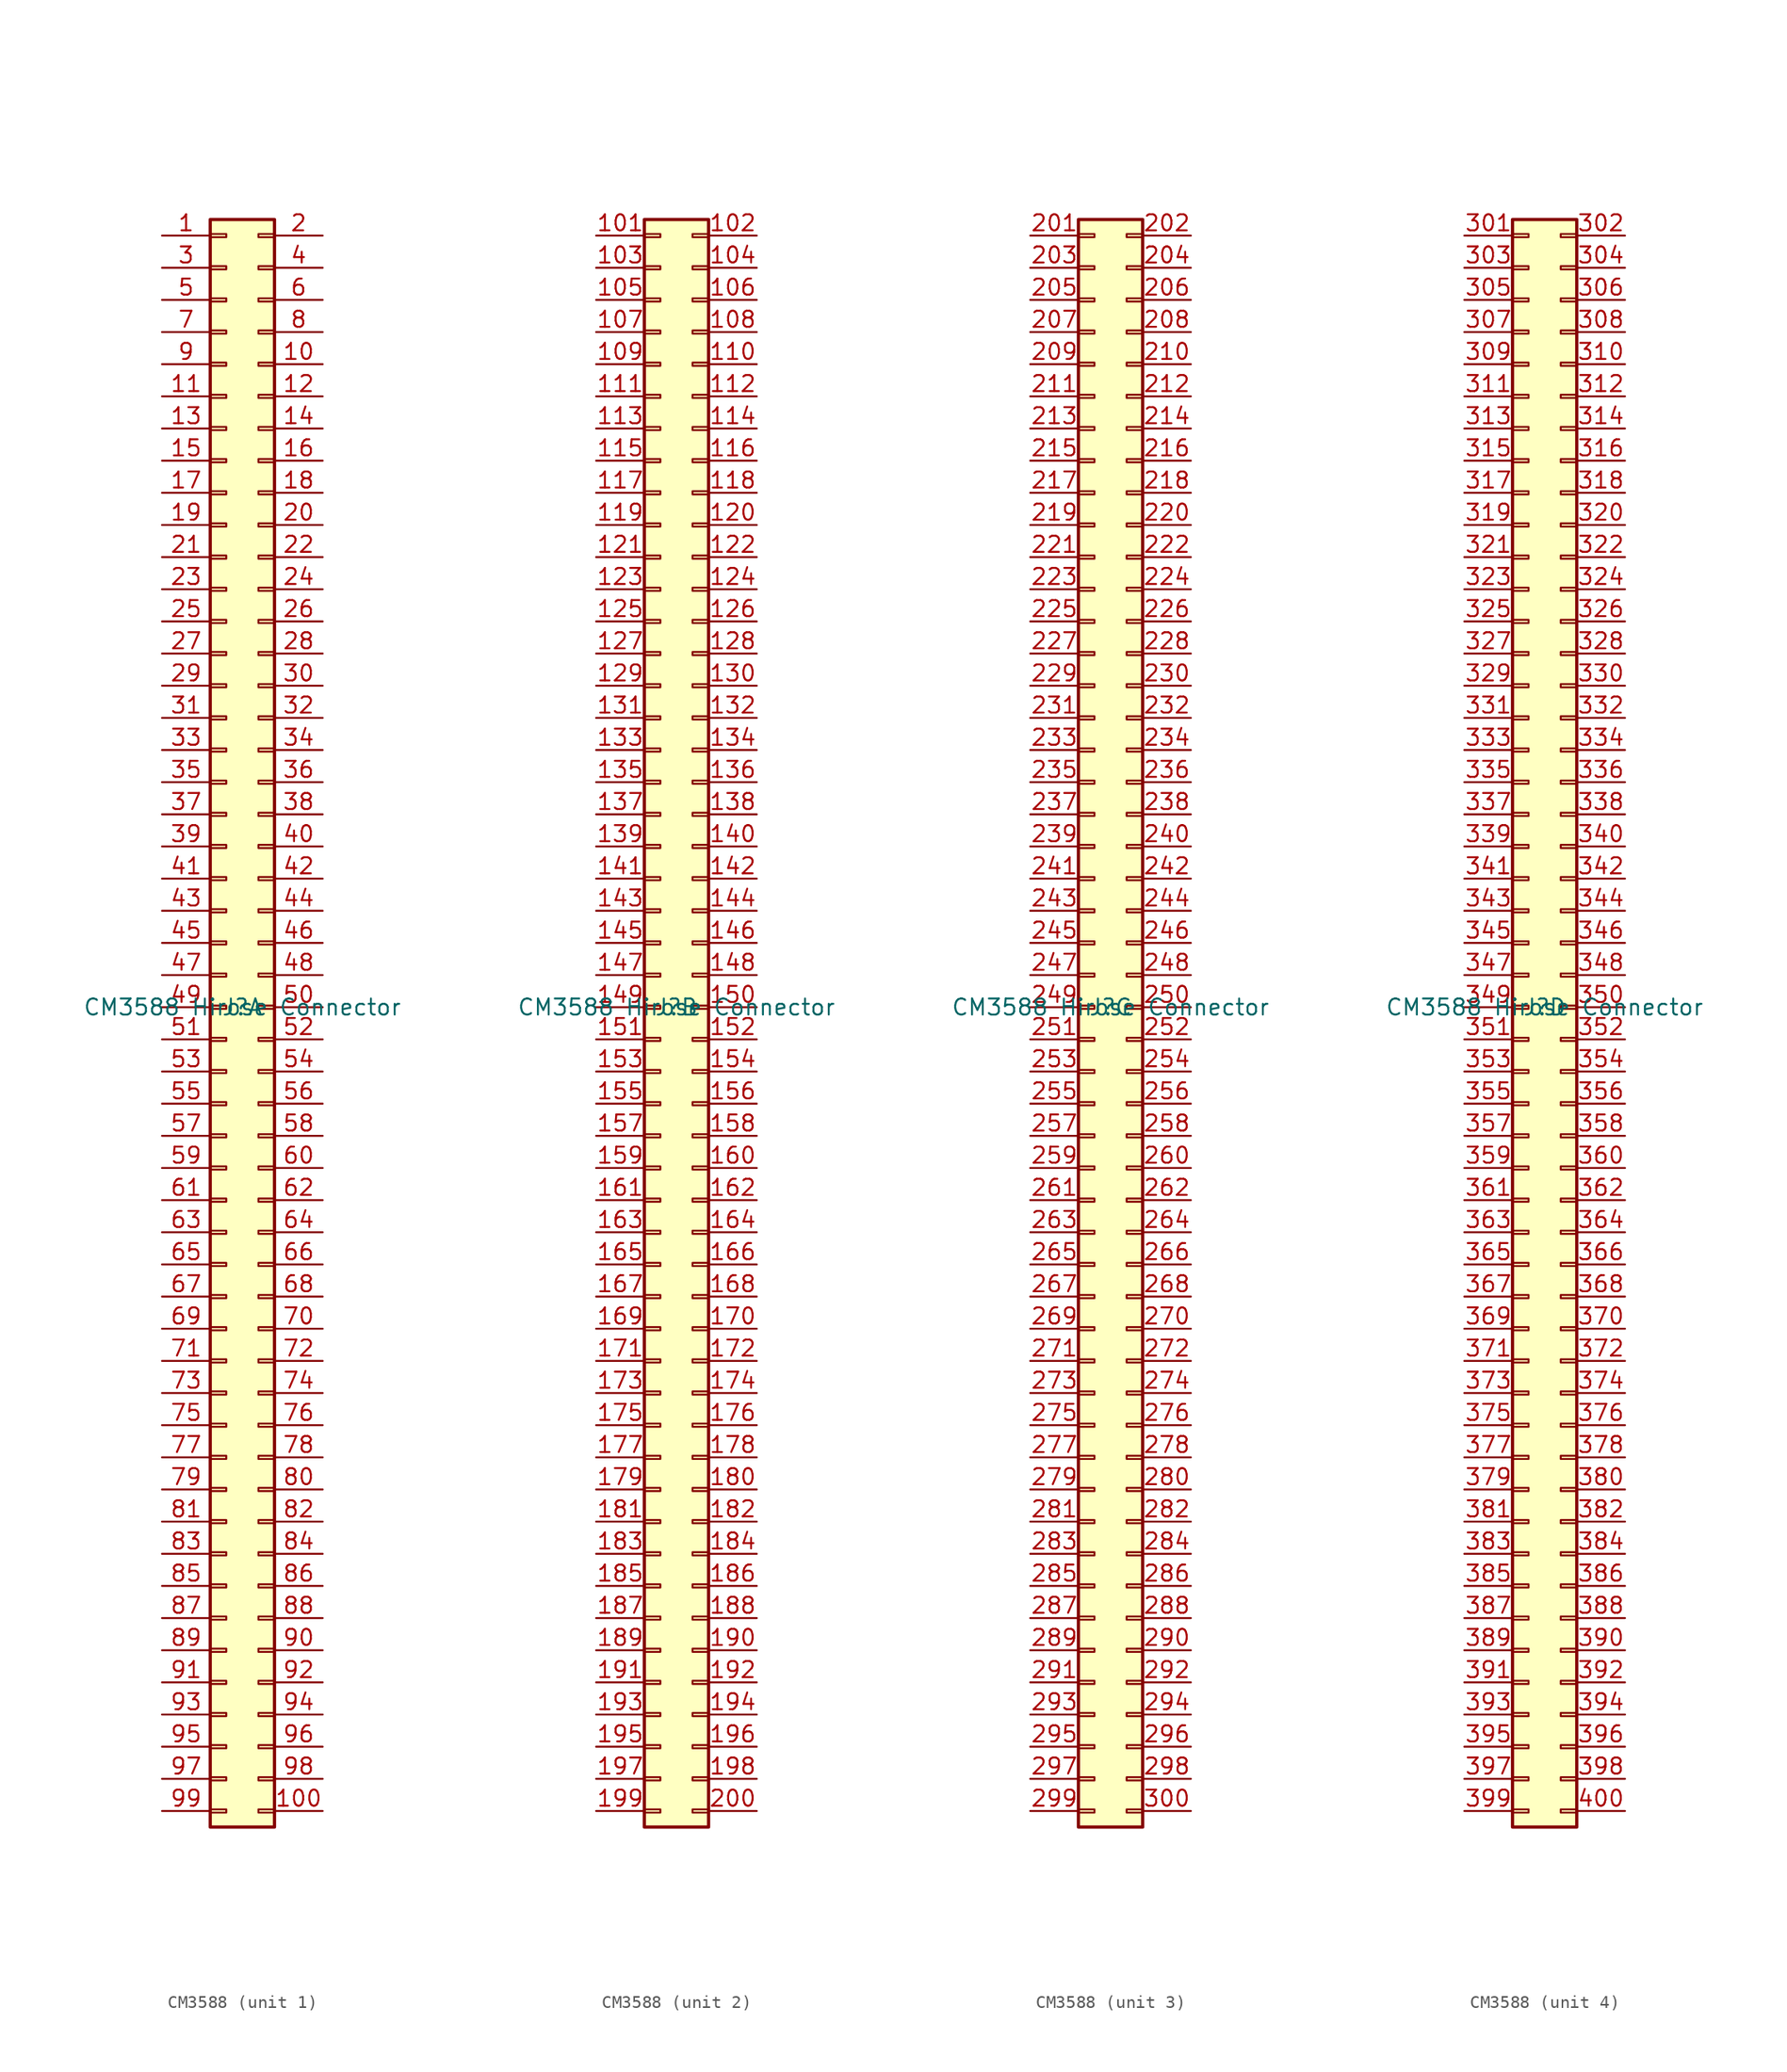
<source format=kicad_sym>
(kicad_symbol_lib
  (version 20231120)
  (generator "kicad_symbol_editor")
  (generator_version "8.99")
  (symbol "CM3588"
    (property "Reference" "J"
      (at 0 0 0)
      (effects (font (size 1.27 1.27))))
    (property "Value" "CM3588 Hirose Connector"
      (at 0 0 0)
      (effects (font (size 1.27 1.27))))
    (property "ki_locked" ""
      (at 0 0 0)
      (effects (font (size 1.27 1.27))))
    (symbol "CM3588_1_1"
      (rectangle (start -2.54 62.23) (end 2.54 -64.77) (stroke (width 0.254) (type default)) (fill (type background)))
      (rectangle (start -2.54 61.087) (end -1.27 60.833) (stroke (width 0.152) (type default)) (fill (type none)))
      (rectangle (start -2.54 58.547) (end -1.27 58.293) (stroke (width 0.152) (type default)) (fill (type none)))
      (rectangle (start -2.54 56.007) (end -1.27 55.753) (stroke (width 0.152) (type default)) (fill (type none)))
      (rectangle (start -2.54 53.467) (end -1.27 53.213) (stroke (width 0.152) (type default)) (fill (type none)))
      (rectangle (start -2.54 50.927) (end -1.27 50.673) (stroke (width 0.152) (type default)) (fill (type none)))
      (rectangle (start -2.54 48.387) (end -1.27 48.133) (stroke (width 0.152) (type default)) (fill (type none)))
      (rectangle (start -2.54 45.847) (end -1.27 45.593) (stroke (width 0.152) (type default)) (fill (type none)))
      (rectangle (start -2.54 43.307) (end -1.27 43.053) (stroke (width 0.152) (type default)) (fill (type none)))
      (rectangle (start -2.54 40.767) (end -1.27 40.513) (stroke (width 0.152) (type default)) (fill (type none)))
      (rectangle (start -2.54 38.227) (end -1.27 37.973) (stroke (width 0.152) (type default)) (fill (type none)))
      (rectangle (start -2.54 35.687) (end -1.27 35.433) (stroke (width 0.152) (type default)) (fill (type none)))
      (rectangle (start -2.54 33.147) (end -1.27 32.893) (stroke (width 0.152) (type default)) (fill (type none)))
      (rectangle (start -2.54 30.607) (end -1.27 30.353) (stroke (width 0.152) (type default)) (fill (type none)))
      (rectangle (start -2.54 28.067) (end -1.27 27.813) (stroke (width 0.152) (type default)) (fill (type none)))
      (rectangle (start -2.54 25.527) (end -1.27 25.273) (stroke (width 0.152) (type default)) (fill (type none)))
      (rectangle (start -2.54 22.987) (end -1.27 22.733) (stroke (width 0.152) (type default)) (fill (type none)))
      (rectangle (start -2.54 20.447) (end -1.27 20.193) (stroke (width 0.152) (type default)) (fill (type none)))
      (rectangle (start -2.54 17.907) (end -1.27 17.653) (stroke (width 0.152) (type default)) (fill (type none)))
      (rectangle (start -2.54 15.367) (end -1.27 15.113) (stroke (width 0.152) (type default)) (fill (type none)))
      (rectangle (start -2.54 12.827) (end -1.27 12.573) (stroke (width 0.152) (type default)) (fill (type none)))
      (rectangle (start -2.54 10.287) (end -1.27 10.033) (stroke (width 0.152) (type default)) (fill (type none)))
      (rectangle (start -2.54 7.747) (end -1.27 7.493) (stroke (width 0.152) (type default)) (fill (type none)))
      (rectangle (start -2.54 5.207) (end -1.27 4.953) (stroke (width 0.152) (type default)) (fill (type none)))
      (rectangle (start -2.54 2.667) (end -1.27 2.413) (stroke (width 0.152) (type default)) (fill (type none)))
      (rectangle (start -2.54 0.127) (end -1.27 -0.127) (stroke (width 0.152) (type default)) (fill (type none)))
      (rectangle (start -2.54 -2.413) (end -1.27 -2.667) (stroke (width 0.152) (type default)) (fill (type none)))
      (rectangle (start -2.54 -4.953) (end -1.27 -5.207) (stroke (width 0.152) (type default)) (fill (type none)))
      (rectangle (start -2.54 -7.493) (end -1.27 -7.747) (stroke (width 0.152) (type default)) (fill (type none)))
      (rectangle (start -2.54 -10.033) (end -1.27 -10.287) (stroke (width 0.152) (type default)) (fill (type none)))
      (rectangle (start -2.54 -12.573) (end -1.27 -12.827) (stroke (width 0.152) (type default)) (fill (type none)))
      (rectangle (start -2.54 -15.113) (end -1.27 -15.367) (stroke (width 0.152) (type default)) (fill (type none)))
      (rectangle (start -2.54 -17.653) (end -1.27 -17.907) (stroke (width 0.152) (type default)) (fill (type none)))
      (rectangle (start -2.54 -20.193) (end -1.27 -20.447) (stroke (width 0.152) (type default)) (fill (type none)))
      (rectangle (start -2.54 -22.733) (end -1.27 -22.987) (stroke (width 0.152) (type default)) (fill (type none)))
      (rectangle (start -2.54 -25.273) (end -1.27 -25.527) (stroke (width 0.152) (type default)) (fill (type none)))
      (rectangle (start -2.54 -27.813) (end -1.27 -28.067) (stroke (width 0.152) (type default)) (fill (type none)))
      (rectangle (start -2.54 -30.353) (end -1.27 -30.607) (stroke (width 0.152) (type default)) (fill (type none)))
      (rectangle (start -2.54 -32.893) (end -1.27 -33.147) (stroke (width 0.152) (type default)) (fill (type none)))
      (rectangle (start -2.54 -35.433) (end -1.27 -35.687) (stroke (width 0.152) (type default)) (fill (type none)))
      (rectangle (start -2.54 -37.973) (end -1.27 -38.227) (stroke (width 0.152) (type default)) (fill (type none)))
      (rectangle (start -2.54 -40.513) (end -1.27 -40.767) (stroke (width 0.152) (type default)) (fill (type none)))
      (rectangle (start -2.54 -43.053) (end -1.27 -43.307) (stroke (width 0.152) (type default)) (fill (type none)))
      (rectangle (start -2.54 -45.593) (end -1.27 -45.847) (stroke (width 0.152) (type default)) (fill (type none)))
      (rectangle (start -2.54 -48.133) (end -1.27 -48.387) (stroke (width 0.152) (type default)) (fill (type none)))
      (rectangle (start -2.54 -50.673) (end -1.27 -50.927) (stroke (width 0.152) (type default)) (fill (type none)))
      (rectangle (start -2.54 -53.213) (end -1.27 -53.467) (stroke (width 0.152) (type default)) (fill (type none)))
      (rectangle (start -2.54 -55.753) (end -1.27 -56.007) (stroke (width 0.152) (type default)) (fill (type none)))
      (rectangle (start -2.54 -58.293) (end -1.27 -58.547) (stroke (width 0.152) (type default)) (fill (type none)))
      (rectangle (start -2.54 -60.833) (end -1.27 -61.087) (stroke (width 0.152) (type default)) (fill (type none)))
      (rectangle (start -2.54 -63.373) (end -1.27 -63.627) (stroke (width 0.152) (type default)) (fill (type none)))
      (rectangle (start 2.54 61.087) (end 1.27 60.833) (stroke (width 0.152) (type default)) (fill (type none)))
      (rectangle (start 2.54 58.547) (end 1.27 58.293) (stroke (width 0.152) (type default)) (fill (type none)))
      (rectangle (start 2.54 56.007) (end 1.27 55.753) (stroke (width 0.152) (type default)) (fill (type none)))
      (rectangle (start 2.54 53.467) (end 1.27 53.213) (stroke (width 0.152) (type default)) (fill (type none)))
      (rectangle (start 2.54 50.927) (end 1.27 50.673) (stroke (width 0.152) (type default)) (fill (type none)))
      (rectangle (start 2.54 48.387) (end 1.27 48.133) (stroke (width 0.152) (type default)) (fill (type none)))
      (rectangle (start 2.54 45.847) (end 1.27 45.593) (stroke (width 0.152) (type default)) (fill (type none)))
      (rectangle (start 2.54 43.307) (end 1.27 43.053) (stroke (width 0.152) (type default)) (fill (type none)))
      (rectangle (start 2.54 40.767) (end 1.27 40.513) (stroke (width 0.152) (type default)) (fill (type none)))
      (rectangle (start 2.54 38.227) (end 1.27 37.973) (stroke (width 0.152) (type default)) (fill (type none)))
      (rectangle (start 2.54 35.687) (end 1.27 35.433) (stroke (width 0.152) (type default)) (fill (type none)))
      (rectangle (start 2.54 33.147) (end 1.27 32.893) (stroke (width 0.152) (type default)) (fill (type none)))
      (rectangle (start 2.54 30.607) (end 1.27 30.353) (stroke (width 0.152) (type default)) (fill (type none)))
      (rectangle (start 2.54 28.067) (end 1.27 27.813) (stroke (width 0.152) (type default)) (fill (type none)))
      (rectangle (start 2.54 25.527) (end 1.27 25.273) (stroke (width 0.152) (type default)) (fill (type none)))
      (rectangle (start 2.54 22.987) (end 1.27 22.733) (stroke (width 0.152) (type default)) (fill (type none)))
      (rectangle (start 2.54 20.447) (end 1.27 20.193) (stroke (width 0.152) (type default)) (fill (type none)))
      (rectangle (start 2.54 17.907) (end 1.27 17.653) (stroke (width 0.152) (type default)) (fill (type none)))
      (rectangle (start 2.54 15.367) (end 1.27 15.113) (stroke (width 0.152) (type default)) (fill (type none)))
      (rectangle (start 2.54 12.827) (end 1.27 12.573) (stroke (width 0.152) (type default)) (fill (type none)))
      (rectangle (start 2.54 10.287) (end 1.27 10.033) (stroke (width 0.152) (type default)) (fill (type none)))
      (rectangle (start 2.54 7.747) (end 1.27 7.493) (stroke (width 0.152) (type default)) (fill (type none)))
      (rectangle (start 2.54 5.207) (end 1.27 4.953) (stroke (width 0.152) (type default)) (fill (type none)))
      (rectangle (start 2.54 2.667) (end 1.27 2.413) (stroke (width 0.152) (type default)) (fill (type none)))
      (rectangle (start 2.54 0.127) (end 1.27 -0.127) (stroke (width 0.152) (type default)) (fill (type none)))
      (rectangle (start 2.54 -2.413) (end 1.27 -2.667) (stroke (width 0.152) (type default)) (fill (type none)))
      (rectangle (start 2.54 -4.953) (end 1.27 -5.207) (stroke (width 0.152) (type default)) (fill (type none)))
      (rectangle (start 2.54 -7.493) (end 1.27 -7.747) (stroke (width 0.152) (type default)) (fill (type none)))
      (rectangle (start 2.54 -10.033) (end 1.27 -10.287) (stroke (width 0.152) (type default)) (fill (type none)))
      (rectangle (start 2.54 -12.573) (end 1.27 -12.827) (stroke (width 0.152) (type default)) (fill (type none)))
      (rectangle (start 2.54 -15.113) (end 1.27 -15.367) (stroke (width 0.152) (type default)) (fill (type none)))
      (rectangle (start 2.54 -17.653) (end 1.27 -17.907) (stroke (width 0.152) (type default)) (fill (type none)))
      (rectangle (start 2.54 -20.193) (end 1.27 -20.447) (stroke (width 0.152) (type default)) (fill (type none)))
      (rectangle (start 2.54 -22.733) (end 1.27 -22.987) (stroke (width 0.152) (type default)) (fill (type none)))
      (rectangle (start 2.54 -25.273) (end 1.27 -25.527) (stroke (width 0.152) (type default)) (fill (type none)))
      (rectangle (start 2.54 -27.813) (end 1.27 -28.067) (stroke (width 0.152) (type default)) (fill (type none)))
      (rectangle (start 2.54 -30.353) (end 1.27 -30.607) (stroke (width 0.152) (type default)) (fill (type none)))
      (rectangle (start 2.54 -32.893) (end 1.27 -33.147) (stroke (width 0.152) (type default)) (fill (type none)))
      (rectangle (start 2.54 -35.433) (end 1.27 -35.687) (stroke (width 0.152) (type default)) (fill (type none)))
      (rectangle (start 2.54 -37.973) (end 1.27 -38.227) (stroke (width 0.152) (type default)) (fill (type none)))
      (rectangle (start 2.54 -40.513) (end 1.27 -40.767) (stroke (width 0.152) (type default)) (fill (type none)))
      (rectangle (start 2.54 -43.053) (end 1.27 -43.307) (stroke (width 0.152) (type default)) (fill (type none)))
      (rectangle (start 2.54 -45.593) (end 1.27 -45.847) (stroke (width 0.152) (type default)) (fill (type none)))
      (rectangle (start 2.54 -48.133) (end 1.27 -48.387) (stroke (width 0.152) (type default)) (fill (type none)))
      (rectangle (start 2.54 -50.673) (end 1.27 -50.927) (stroke (width 0.152) (type default)) (fill (type none)))
      (rectangle (start 2.54 -53.213) (end 1.27 -53.467) (stroke (width 0.152) (type default)) (fill (type none)))
      (rectangle (start 2.54 -55.753) (end 1.27 -56.007) (stroke (width 0.152) (type default)) (fill (type none)))
      (rectangle (start 2.54 -58.293) (end 1.27 -58.547) (stroke (width 0.152) (type default)) (fill (type none)))
      (rectangle (start 2.54 -60.833) (end 1.27 -61.087) (stroke (width 0.152) (type default)) (fill (type none)))
      (rectangle (start 2.54 -63.373) (end 1.27 -63.627) (stroke (width 0.152) (type default)) (fill (type none)))
      (pin passive line (at -6.35 60.96 0) (length 3.81) (name "1" (effects (font (size 0 0)))) (number "1" (effects (font (size 1.27 1.27)))))
      (pin passive line (at 6.35 50.8 180) (length 3.81) (name "10" (effects (font (size 0 0)))) (number "10" (effects (font (size 1.27 1.27)))))
      (pin passive line (at 6.35 -63.5 180) (length 3.81) (name "100" (effects (font (size 0 0)))) (number "100" (effects (font (size 1.27 1.27)))))
      (pin passive line (at -6.35 48.26 0) (length 3.81) (name "11" (effects (font (size 0 0)))) (number "11" (effects (font (size 1.27 1.27)))))
      (pin passive line (at 6.35 48.26 180) (length 3.81) (name "12" (effects (font (size 0 0)))) (number "12" (effects (font (size 1.27 1.27)))))
      (pin passive line (at -6.35 45.72 0) (length 3.81) (name "13" (effects (font (size 0 0)))) (number "13" (effects (font (size 1.27 1.27)))))
      (pin passive line (at 6.35 45.72 180) (length 3.81) (name "14" (effects (font (size 0 0)))) (number "14" (effects (font (size 1.27 1.27)))))
      (pin passive line (at -6.35 43.18 0) (length 3.81) (name "15" (effects (font (size 0 0)))) (number "15" (effects (font (size 1.27 1.27)))))
      (pin passive line (at 6.35 43.18 180) (length 3.81) (name "16" (effects (font (size 0 0)))) (number "16" (effects (font (size 1.27 1.27)))))
      (pin passive line (at -6.35 40.64 0) (length 3.81) (name "17" (effects (font (size 0 0)))) (number "17" (effects (font (size 1.27 1.27)))))
      (pin passive line (at 6.35 40.64 180) (length 3.81) (name "18" (effects (font (size 0 0)))) (number "18" (effects (font (size 1.27 1.27)))))
      (pin passive line (at -6.35 38.1 0) (length 3.81) (name "19" (effects (font (size 0 0)))) (number "19" (effects (font (size 1.27 1.27)))))
      (pin passive line (at 6.35 60.96 180) (length 3.81) (name "2" (effects (font (size 0 0)))) (number "2" (effects (font (size 1.27 1.27)))))
      (pin passive line (at 6.35 38.1 180) (length 3.81) (name "20" (effects (font (size 0 0)))) (number "20" (effects (font (size 1.27 1.27)))))
      (pin passive line (at -6.35 35.56 0) (length 3.81) (name "21" (effects (font (size 0 0)))) (number "21" (effects (font (size 1.27 1.27)))))
      (pin passive line (at 6.35 35.56 180) (length 3.81) (name "22" (effects (font (size 0 0)))) (number "22" (effects (font (size 1.27 1.27)))))
      (pin passive line (at -6.35 33.02 0) (length 3.81) (name "23" (effects (font (size 0 0)))) (number "23" (effects (font (size 1.27 1.27)))))
      (pin passive line (at 6.35 33.02 180) (length 3.81) (name "24" (effects (font (size 0 0)))) (number "24" (effects (font (size 1.27 1.27)))))
      (pin passive line (at -6.35 30.48 0) (length 3.81) (name "25" (effects (font (size 0 0)))) (number "25" (effects (font (size 1.27 1.27)))))
      (pin passive line (at 6.35 30.48 180) (length 3.81) (name "26" (effects (font (size 0 0)))) (number "26" (effects (font (size 1.27 1.27)))))
      (pin passive line (at -6.35 27.94 0) (length 3.81) (name "27" (effects (font (size 0 0)))) (number "27" (effects (font (size 1.27 1.27)))))
      (pin passive line (at 6.35 27.94 180) (length 3.81) (name "28" (effects (font (size 0 0)))) (number "28" (effects (font (size 1.27 1.27)))))
      (pin passive line (at -6.35 25.4 0) (length 3.81) (name "29" (effects (font (size 0 0)))) (number "29" (effects (font (size 1.27 1.27)))))
      (pin passive line (at -6.35 58.42 0) (length 3.81) (name "3" (effects (font (size 0 0)))) (number "3" (effects (font (size 1.27 1.27)))))
      (pin passive line (at 6.35 25.4 180) (length 3.81) (name "30" (effects (font (size 0 0)))) (number "30" (effects (font (size 1.27 1.27)))))
      (pin passive line (at -6.35 22.86 0) (length 3.81) (name "31" (effects (font (size 0 0)))) (number "31" (effects (font (size 1.27 1.27)))))
      (pin passive line (at 6.35 22.86 180) (length 3.81) (name "32" (effects (font (size 0 0)))) (number "32" (effects (font (size 1.27 1.27)))))
      (pin passive line (at -6.35 20.32 0) (length 3.81) (name "33" (effects (font (size 0 0)))) (number "33" (effects (font (size 1.27 1.27)))))
      (pin passive line (at 6.35 20.32 180) (length 3.81) (name "34" (effects (font (size 0 0)))) (number "34" (effects (font (size 1.27 1.27)))))
      (pin passive line (at -6.35 17.78 0) (length 3.81) (name "35" (effects (font (size 0 0)))) (number "35" (effects (font (size 1.27 1.27)))))
      (pin passive line (at 6.35 17.78 180) (length 3.81) (name "36" (effects (font (size 0 0)))) (number "36" (effects (font (size 1.27 1.27)))))
      (pin passive line (at -6.35 15.24 0) (length 3.81) (name "37" (effects (font (size 0 0)))) (number "37" (effects (font (size 1.27 1.27)))))
      (pin passive line (at 6.35 15.24 180) (length 3.81) (name "38" (effects (font (size 0 0)))) (number "38" (effects (font (size 1.27 1.27)))))
      (pin passive line (at -6.35 12.7 0) (length 3.81) (name "39" (effects (font (size 0 0)))) (number "39" (effects (font (size 1.27 1.27)))))
      (pin passive line (at 6.35 58.42 180) (length 3.81) (name "4" (effects (font (size 0 0)))) (number "4" (effects (font (size 1.27 1.27)))))
      (pin passive line (at 6.35 12.7 180) (length 3.81) (name "40" (effects (font (size 0 0)))) (number "40" (effects (font (size 1.27 1.27)))))
      (pin passive line (at -6.35 10.16 0) (length 3.81) (name "41" (effects (font (size 0 0)))) (number "41" (effects (font (size 1.27 1.27)))))
      (pin passive line (at 6.35 10.16 180) (length 3.81) (name "42" (effects (font (size 0 0)))) (number "42" (effects (font (size 1.27 1.27)))))
      (pin passive line (at -6.35 7.62 0) (length 3.81) (name "43" (effects (font (size 0 0)))) (number "43" (effects (font (size 1.27 1.27)))))
      (pin passive line (at 6.35 7.62 180) (length 3.81) (name "44" (effects (font (size 0 0)))) (number "44" (effects (font (size 1.27 1.27)))))
      (pin passive line (at -6.35 5.08 0) (length 3.81) (name "45" (effects (font (size 0 0)))) (number "45" (effects (font (size 1.27 1.27)))))
      (pin passive line (at 6.35 5.08 180) (length 3.81) (name "46" (effects (font (size 0 0)))) (number "46" (effects (font (size 1.27 1.27)))))
      (pin passive line (at -6.35 2.54 0) (length 3.81) (name "47" (effects (font (size 0 0)))) (number "47" (effects (font (size 1.27 1.27)))))
      (pin passive line (at 6.35 2.54 180) (length 3.81) (name "48" (effects (font (size 0 0)))) (number "48" (effects (font (size 1.27 1.27)))))
      (pin passive line (at -6.35 0 0) (length 3.81) (name "49" (effects (font (size 0 0)))) (number "49" (effects (font (size 1.27 1.27)))))
      (pin passive line (at -6.35 55.88 0) (length 3.81) (name "5" (effects (font (size 0 0)))) (number "5" (effects (font (size 1.27 1.27)))))
      (pin passive line (at 6.35 0 180) (length 3.81) (name "50" (effects (font (size 0 0)))) (number "50" (effects (font (size 1.27 1.27)))))
      (pin passive line (at -6.35 -2.54 0) (length 3.81) (name "51" (effects (font (size 0 0)))) (number "51" (effects (font (size 1.27 1.27)))))
      (pin passive line (at 6.35 -2.54 180) (length 3.81) (name "52" (effects (font (size 0 0)))) (number "52" (effects (font (size 1.27 1.27)))))
      (pin passive line (at -6.35 -5.08 0) (length 3.81) (name "53" (effects (font (size 0 0)))) (number "53" (effects (font (size 1.27 1.27)))))
      (pin passive line (at 6.35 -5.08 180) (length 3.81) (name "54" (effects (font (size 0 0)))) (number "54" (effects (font (size 1.27 1.27)))))
      (pin passive line (at -6.35 -7.62 0) (length 3.81) (name "55" (effects (font (size 0 0)))) (number "55" (effects (font (size 1.27 1.27)))))
      (pin passive line (at 6.35 -7.62 180) (length 3.81) (name "56" (effects (font (size 0 0)))) (number "56" (effects (font (size 1.27 1.27)))))
      (pin passive line (at -6.35 -10.16 0) (length 3.81) (name "57" (effects (font (size 0 0)))) (number "57" (effects (font (size 1.27 1.27)))))
      (pin passive line (at 6.35 -10.16 180) (length 3.81) (name "58" (effects (font (size 0 0)))) (number "58" (effects (font (size 1.27 1.27)))))
      (pin passive line (at -6.35 -12.7 0) (length 3.81) (name "59" (effects (font (size 0 0)))) (number "59" (effects (font (size 1.27 1.27)))))
      (pin passive line (at 6.35 55.88 180) (length 3.81) (name "6" (effects (font (size 0 0)))) (number "6" (effects (font (size 1.27 1.27)))))
      (pin passive line (at 6.35 -12.7 180) (length 3.81) (name "60" (effects (font (size 0 0)))) (number "60" (effects (font (size 1.27 1.27)))))
      (pin passive line (at -6.35 -15.24 0) (length 3.81) (name "61" (effects (font (size 0 0)))) (number "61" (effects (font (size 1.27 1.27)))))
      (pin passive line (at 6.35 -15.24 180) (length 3.81) (name "62" (effects (font (size 0 0)))) (number "62" (effects (font (size 1.27 1.27)))))
      (pin passive line (at -6.35 -17.78 0) (length 3.81) (name "63" (effects (font (size 0 0)))) (number "63" (effects (font (size 1.27 1.27)))))
      (pin passive line (at 6.35 -17.78 180) (length 3.81) (name "64" (effects (font (size 0 0)))) (number "64" (effects (font (size 1.27 1.27)))))
      (pin passive line (at -6.35 -20.32 0) (length 3.81) (name "65" (effects (font (size 0 0)))) (number "65" (effects (font (size 1.27 1.27)))))
      (pin passive line (at 6.35 -20.32 180) (length 3.81) (name "66" (effects (font (size 0 0)))) (number "66" (effects (font (size 1.27 1.27)))))
      (pin passive line (at -6.35 -22.86 0) (length 3.81) (name "67" (effects (font (size 0 0)))) (number "67" (effects (font (size 1.27 1.27)))))
      (pin passive line (at 6.35 -22.86 180) (length 3.81) (name "68" (effects (font (size 0 0)))) (number "68" (effects (font (size 1.27 1.27)))))
      (pin passive line (at -6.35 -25.4 0) (length 3.81) (name "69" (effects (font (size 0 0)))) (number "69" (effects (font (size 1.27 1.27)))))
      (pin passive line (at -6.35 53.34 0) (length 3.81) (name "7" (effects (font (size 0 0)))) (number "7" (effects (font (size 1.27 1.27)))))
      (pin passive line (at 6.35 -25.4 180) (length 3.81) (name "70" (effects (font (size 0 0)))) (number "70" (effects (font (size 1.27 1.27)))))
      (pin passive line (at -6.35 -27.94 0) (length 3.81) (name "71" (effects (font (size 0 0)))) (number "71" (effects (font (size 1.27 1.27)))))
      (pin passive line (at 6.35 -27.94 180) (length 3.81) (name "72" (effects (font (size 0 0)))) (number "72" (effects (font (size 1.27 1.27)))))
      (pin passive line (at -6.35 -30.48 0) (length 3.81) (name "73" (effects (font (size 0 0)))) (number "73" (effects (font (size 1.27 1.27)))))
      (pin passive line (at 6.35 -30.48 180) (length 3.81) (name "74" (effects (font (size 0 0)))) (number "74" (effects (font (size 1.27 1.27)))))
      (pin passive line (at -6.35 -33.02 0) (length 3.81) (name "75" (effects (font (size 0 0)))) (number "75" (effects (font (size 1.27 1.27)))))
      (pin passive line (at 6.35 -33.02 180) (length 3.81) (name "76" (effects (font (size 0 0)))) (number "76" (effects (font (size 1.27 1.27)))))
      (pin passive line (at -6.35 -35.56 0) (length 3.81) (name "77" (effects (font (size 0 0)))) (number "77" (effects (font (size 1.27 1.27)))))
      (pin passive line (at 6.35 -35.56 180) (length 3.81) (name "78" (effects (font (size 0 0)))) (number "78" (effects (font (size 1.27 1.27)))))
      (pin passive line (at -6.35 -38.1 0) (length 3.81) (name "79" (effects (font (size 0 0)))) (number "79" (effects (font (size 1.27 1.27)))))
      (pin passive line (at 6.35 53.34 180) (length 3.81) (name "8" (effects (font (size 0 0)))) (number "8" (effects (font (size 1.27 1.27)))))
      (pin passive line (at 6.35 -38.1 180) (length 3.81) (name "80" (effects (font (size 0 0)))) (number "80" (effects (font (size 1.27 1.27)))))
      (pin passive line (at -6.35 -40.64 0) (length 3.81) (name "81" (effects (font (size 0 0)))) (number "81" (effects (font (size 1.27 1.27)))))
      (pin passive line (at 6.35 -40.64 180) (length 3.81) (name "82" (effects (font (size 0 0)))) (number "82" (effects (font (size 1.27 1.27)))))
      (pin passive line (at -6.35 -43.18 0) (length 3.81) (name "83" (effects (font (size 0 0)))) (number "83" (effects (font (size 1.27 1.27)))))
      (pin passive line (at 6.35 -43.18 180) (length 3.81) (name "84" (effects (font (size 0 0)))) (number "84" (effects (font (size 1.27 1.27)))))
      (pin passive line (at -6.35 -45.72 0) (length 3.81) (name "85" (effects (font (size 0 0)))) (number "85" (effects (font (size 1.27 1.27)))))
      (pin passive line (at 6.35 -45.72 180) (length 3.81) (name "86" (effects (font (size 0 0)))) (number "86" (effects (font (size 1.27 1.27)))))
      (pin passive line (at -6.35 -48.26 0) (length 3.81) (name "87" (effects (font (size 0 0)))) (number "87" (effects (font (size 1.27 1.27)))))
      (pin passive line (at 6.35 -48.26 180) (length 3.81) (name "88" (effects (font (size 0 0)))) (number "88" (effects (font (size 1.27 1.27)))))
      (pin passive line (at -6.35 -50.8 0) (length 3.81) (name "89" (effects (font (size 0 0)))) (number "89" (effects (font (size 1.27 1.27)))))
      (pin passive line (at -6.35 50.8 0) (length 3.81) (name "9" (effects (font (size 0 0)))) (number "9" (effects (font (size 1.27 1.27)))))
      (pin passive line (at 6.35 -50.8 180) (length 3.81) (name "90" (effects (font (size 0 0)))) (number "90" (effects (font (size 1.27 1.27)))))
      (pin passive line (at -6.35 -53.34 0) (length 3.81) (name "91" (effects (font (size 0 0)))) (number "91" (effects (font (size 1.27 1.27)))))
      (pin passive line (at 6.35 -53.34 180) (length 3.81) (name "92" (effects (font (size 0 0)))) (number "92" (effects (font (size 1.27 1.27)))))
      (pin passive line (at -6.35 -55.88 0) (length 3.81) (name "93" (effects (font (size 0 0)))) (number "93" (effects (font (size 1.27 1.27)))))
      (pin passive line (at 6.35 -55.88 180) (length 3.81) (name "94" (effects (font (size 0 0)))) (number "94" (effects (font (size 1.27 1.27)))))
      (pin passive line (at -6.35 -58.42 0) (length 3.81) (name "95" (effects (font (size 0 0)))) (number "95" (effects (font (size 1.27 1.27)))))
      (pin passive line (at 6.35 -58.42 180) (length 3.81) (name "96" (effects (font (size 0 0)))) (number "96" (effects (font (size 1.27 1.27)))))
      (pin passive line (at -6.35 -60.96 0) (length 3.81) (name "97" (effects (font (size 0 0)))) (number "97" (effects (font (size 1.27 1.27)))))
      (pin passive line (at 6.35 -60.96 180) (length 3.81) (name "98" (effects (font (size 0 0)))) (number "98" (effects (font (size 1.27 1.27)))))
      (pin passive line (at -6.35 -63.5 0) (length 3.81) (name "99" (effects (font (size 0 0)))) (number "99" (effects (font (size 1.27 1.27))))))
    (symbol "CM3588_2_1"
      (rectangle (start -2.54 62.23) (end 2.54 -64.77) (stroke (width 0.254) (type default)) (fill (type background)))
      (rectangle (start -2.54 61.087) (end -1.27 60.833) (stroke (width 0.152) (type default)) (fill (type none)))
      (rectangle (start -2.54 58.547) (end -1.27 58.293) (stroke (width 0.152) (type default)) (fill (type none)))
      (rectangle (start -2.54 56.007) (end -1.27 55.753) (stroke (width 0.152) (type default)) (fill (type none)))
      (rectangle (start -2.54 53.467) (end -1.27 53.213) (stroke (width 0.152) (type default)) (fill (type none)))
      (rectangle (start -2.54 50.927) (end -1.27 50.673) (stroke (width 0.152) (type default)) (fill (type none)))
      (rectangle (start -2.54 48.387) (end -1.27 48.133) (stroke (width 0.152) (type default)) (fill (type none)))
      (rectangle (start -2.54 45.847) (end -1.27 45.593) (stroke (width 0.152) (type default)) (fill (type none)))
      (rectangle (start -2.54 43.307) (end -1.27 43.053) (stroke (width 0.152) (type default)) (fill (type none)))
      (rectangle (start -2.54 40.767) (end -1.27 40.513) (stroke (width 0.152) (type default)) (fill (type none)))
      (rectangle (start -2.54 38.227) (end -1.27 37.973) (stroke (width 0.152) (type default)) (fill (type none)))
      (rectangle (start -2.54 35.687) (end -1.27 35.433) (stroke (width 0.152) (type default)) (fill (type none)))
      (rectangle (start -2.54 33.147) (end -1.27 32.893) (stroke (width 0.152) (type default)) (fill (type none)))
      (rectangle (start -2.54 30.607) (end -1.27 30.353) (stroke (width 0.152) (type default)) (fill (type none)))
      (rectangle (start -2.54 28.067) (end -1.27 27.813) (stroke (width 0.152) (type default)) (fill (type none)))
      (rectangle (start -2.54 25.527) (end -1.27 25.273) (stroke (width 0.152) (type default)) (fill (type none)))
      (rectangle (start -2.54 22.987) (end -1.27 22.733) (stroke (width 0.152) (type default)) (fill (type none)))
      (rectangle (start -2.54 20.447) (end -1.27 20.193) (stroke (width 0.152) (type default)) (fill (type none)))
      (rectangle (start -2.54 17.907) (end -1.27 17.653) (stroke (width 0.152) (type default)) (fill (type none)))
      (rectangle (start -2.54 15.367) (end -1.27 15.113) (stroke (width 0.152) (type default)) (fill (type none)))
      (rectangle (start -2.54 12.827) (end -1.27 12.573) (stroke (width 0.152) (type default)) (fill (type none)))
      (rectangle (start -2.54 10.287) (end -1.27 10.033) (stroke (width 0.152) (type default)) (fill (type none)))
      (rectangle (start -2.54 7.747) (end -1.27 7.493) (stroke (width 0.152) (type default)) (fill (type none)))
      (rectangle (start -2.54 5.207) (end -1.27 4.953) (stroke (width 0.152) (type default)) (fill (type none)))
      (rectangle (start -2.54 2.667) (end -1.27 2.413) (stroke (width 0.152) (type default)) (fill (type none)))
      (rectangle (start -2.54 0.127) (end -1.27 -0.127) (stroke (width 0.152) (type default)) (fill (type none)))
      (rectangle (start -2.54 -2.413) (end -1.27 -2.667) (stroke (width 0.152) (type default)) (fill (type none)))
      (rectangle (start -2.54 -4.953) (end -1.27 -5.207) (stroke (width 0.152) (type default)) (fill (type none)))
      (rectangle (start -2.54 -7.493) (end -1.27 -7.747) (stroke (width 0.152) (type default)) (fill (type none)))
      (rectangle (start -2.54 -10.033) (end -1.27 -10.287) (stroke (width 0.152) (type default)) (fill (type none)))
      (rectangle (start -2.54 -12.573) (end -1.27 -12.827) (stroke (width 0.152) (type default)) (fill (type none)))
      (rectangle (start -2.54 -15.113) (end -1.27 -15.367) (stroke (width 0.152) (type default)) (fill (type none)))
      (rectangle (start -2.54 -17.653) (end -1.27 -17.907) (stroke (width 0.152) (type default)) (fill (type none)))
      (rectangle (start -2.54 -20.193) (end -1.27 -20.447) (stroke (width 0.152) (type default)) (fill (type none)))
      (rectangle (start -2.54 -22.733) (end -1.27 -22.987) (stroke (width 0.152) (type default)) (fill (type none)))
      (rectangle (start -2.54 -25.273) (end -1.27 -25.527) (stroke (width 0.152) (type default)) (fill (type none)))
      (rectangle (start -2.54 -27.813) (end -1.27 -28.067) (stroke (width 0.152) (type default)) (fill (type none)))
      (rectangle (start -2.54 -30.353) (end -1.27 -30.607) (stroke (width 0.152) (type default)) (fill (type none)))
      (rectangle (start -2.54 -32.893) (end -1.27 -33.147) (stroke (width 0.152) (type default)) (fill (type none)))
      (rectangle (start -2.54 -35.433) (end -1.27 -35.687) (stroke (width 0.152) (type default)) (fill (type none)))
      (rectangle (start -2.54 -37.973) (end -1.27 -38.227) (stroke (width 0.152) (type default)) (fill (type none)))
      (rectangle (start -2.54 -40.513) (end -1.27 -40.767) (stroke (width 0.152) (type default)) (fill (type none)))
      (rectangle (start -2.54 -43.053) (end -1.27 -43.307) (stroke (width 0.152) (type default)) (fill (type none)))
      (rectangle (start -2.54 -45.593) (end -1.27 -45.847) (stroke (width 0.152) (type default)) (fill (type none)))
      (rectangle (start -2.54 -48.133) (end -1.27 -48.387) (stroke (width 0.152) (type default)) (fill (type none)))
      (rectangle (start -2.54 -50.673) (end -1.27 -50.927) (stroke (width 0.152) (type default)) (fill (type none)))
      (rectangle (start -2.54 -53.213) (end -1.27 -53.467) (stroke (width 0.152) (type default)) (fill (type none)))
      (rectangle (start -2.54 -55.753) (end -1.27 -56.007) (stroke (width 0.152) (type default)) (fill (type none)))
      (rectangle (start -2.54 -58.293) (end -1.27 -58.547) (stroke (width 0.152) (type default)) (fill (type none)))
      (rectangle (start -2.54 -60.833) (end -1.27 -61.087) (stroke (width 0.152) (type default)) (fill (type none)))
      (rectangle (start -2.54 -63.373) (end -1.27 -63.627) (stroke (width 0.152) (type default)) (fill (type none)))
      (rectangle (start 2.54 61.087) (end 1.27 60.833) (stroke (width 0.152) (type default)) (fill (type none)))
      (rectangle (start 2.54 58.547) (end 1.27 58.293) (stroke (width 0.152) (type default)) (fill (type none)))
      (rectangle (start 2.54 56.007) (end 1.27 55.753) (stroke (width 0.152) (type default)) (fill (type none)))
      (rectangle (start 2.54 53.467) (end 1.27 53.213) (stroke (width 0.152) (type default)) (fill (type none)))
      (rectangle (start 2.54 50.927) (end 1.27 50.673) (stroke (width 0.152) (type default)) (fill (type none)))
      (rectangle (start 2.54 48.387) (end 1.27 48.133) (stroke (width 0.152) (type default)) (fill (type none)))
      (rectangle (start 2.54 45.847) (end 1.27 45.593) (stroke (width 0.152) (type default)) (fill (type none)))
      (rectangle (start 2.54 43.307) (end 1.27 43.053) (stroke (width 0.152) (type default)) (fill (type none)))
      (rectangle (start 2.54 40.767) (end 1.27 40.513) (stroke (width 0.152) (type default)) (fill (type none)))
      (rectangle (start 2.54 38.227) (end 1.27 37.973) (stroke (width 0.152) (type default)) (fill (type none)))
      (rectangle (start 2.54 35.687) (end 1.27 35.433) (stroke (width 0.152) (type default)) (fill (type none)))
      (rectangle (start 2.54 33.147) (end 1.27 32.893) (stroke (width 0.152) (type default)) (fill (type none)))
      (rectangle (start 2.54 30.607) (end 1.27 30.353) (stroke (width 0.152) (type default)) (fill (type none)))
      (rectangle (start 2.54 28.067) (end 1.27 27.813) (stroke (width 0.152) (type default)) (fill (type none)))
      (rectangle (start 2.54 25.527) (end 1.27 25.273) (stroke (width 0.152) (type default)) (fill (type none)))
      (rectangle (start 2.54 22.987) (end 1.27 22.733) (stroke (width 0.152) (type default)) (fill (type none)))
      (rectangle (start 2.54 20.447) (end 1.27 20.193) (stroke (width 0.152) (type default)) (fill (type none)))
      (rectangle (start 2.54 17.907) (end 1.27 17.653) (stroke (width 0.152) (type default)) (fill (type none)))
      (rectangle (start 2.54 15.367) (end 1.27 15.113) (stroke (width 0.152) (type default)) (fill (type none)))
      (rectangle (start 2.54 12.827) (end 1.27 12.573) (stroke (width 0.152) (type default)) (fill (type none)))
      (rectangle (start 2.54 10.287) (end 1.27 10.033) (stroke (width 0.152) (type default)) (fill (type none)))
      (rectangle (start 2.54 7.747) (end 1.27 7.493) (stroke (width 0.152) (type default)) (fill (type none)))
      (rectangle (start 2.54 5.207) (end 1.27 4.953) (stroke (width 0.152) (type default)) (fill (type none)))
      (rectangle (start 2.54 2.667) (end 1.27 2.413) (stroke (width 0.152) (type default)) (fill (type none)))
      (rectangle (start 2.54 0.127) (end 1.27 -0.127) (stroke (width 0.152) (type default)) (fill (type none)))
      (rectangle (start 2.54 -2.413) (end 1.27 -2.667) (stroke (width 0.152) (type default)) (fill (type none)))
      (rectangle (start 2.54 -4.953) (end 1.27 -5.207) (stroke (width 0.152) (type default)) (fill (type none)))
      (rectangle (start 2.54 -7.493) (end 1.27 -7.747) (stroke (width 0.152) (type default)) (fill (type none)))
      (rectangle (start 2.54 -10.033) (end 1.27 -10.287) (stroke (width 0.152) (type default)) (fill (type none)))
      (rectangle (start 2.54 -12.573) (end 1.27 -12.827) (stroke (width 0.152) (type default)) (fill (type none)))
      (rectangle (start 2.54 -15.113) (end 1.27 -15.367) (stroke (width 0.152) (type default)) (fill (type none)))
      (rectangle (start 2.54 -17.653) (end 1.27 -17.907) (stroke (width 0.152) (type default)) (fill (type none)))
      (rectangle (start 2.54 -20.193) (end 1.27 -20.447) (stroke (width 0.152) (type default)) (fill (type none)))
      (rectangle (start 2.54 -22.733) (end 1.27 -22.987) (stroke (width 0.152) (type default)) (fill (type none)))
      (rectangle (start 2.54 -25.273) (end 1.27 -25.527) (stroke (width 0.152) (type default)) (fill (type none)))
      (rectangle (start 2.54 -27.813) (end 1.27 -28.067) (stroke (width 0.152) (type default)) (fill (type none)))
      (rectangle (start 2.54 -30.353) (end 1.27 -30.607) (stroke (width 0.152) (type default)) (fill (type none)))
      (rectangle (start 2.54 -32.893) (end 1.27 -33.147) (stroke (width 0.152) (type default)) (fill (type none)))
      (rectangle (start 2.54 -35.433) (end 1.27 -35.687) (stroke (width 0.152) (type default)) (fill (type none)))
      (rectangle (start 2.54 -37.973) (end 1.27 -38.227) (stroke (width 0.152) (type default)) (fill (type none)))
      (rectangle (start 2.54 -40.513) (end 1.27 -40.767) (stroke (width 0.152) (type default)) (fill (type none)))
      (rectangle (start 2.54 -43.053) (end 1.27 -43.307) (stroke (width 0.152) (type default)) (fill (type none)))
      (rectangle (start 2.54 -45.593) (end 1.27 -45.847) (stroke (width 0.152) (type default)) (fill (type none)))
      (rectangle (start 2.54 -48.133) (end 1.27 -48.387) (stroke (width 0.152) (type default)) (fill (type none)))
      (rectangle (start 2.54 -50.673) (end 1.27 -50.927) (stroke (width 0.152) (type default)) (fill (type none)))
      (rectangle (start 2.54 -53.213) (end 1.27 -53.467) (stroke (width 0.152) (type default)) (fill (type none)))
      (rectangle (start 2.54 -55.753) (end 1.27 -56.007) (stroke (width 0.152) (type default)) (fill (type none)))
      (rectangle (start 2.54 -58.293) (end 1.27 -58.547) (stroke (width 0.152) (type default)) (fill (type none)))
      (rectangle (start 2.54 -60.833) (end 1.27 -61.087) (stroke (width 0.152) (type default)) (fill (type none)))
      (rectangle (start 2.54 -63.373) (end 1.27 -63.627) (stroke (width 0.152) (type default)) (fill (type none)))
      (pin passive line (at -6.35 60.96 0) (length 3.81) (name "101" (effects (font (size 0 0)))) (number "101" (effects (font (size 1.27 1.27)))))
      (pin passive line (at 6.35 60.96 180) (length 3.81) (name "102" (effects (font (size 0 0)))) (number "102" (effects (font (size 1.27 1.27)))))
      (pin passive line (at -6.35 58.42 0) (length 3.81) (name "103" (effects (font (size 0 0)))) (number "103" (effects (font (size 1.27 1.27)))))
      (pin passive line (at 6.35 58.42 180) (length 3.81) (name "104" (effects (font (size 0 0)))) (number "104" (effects (font (size 1.27 1.27)))))
      (pin passive line (at -6.35 55.88 0) (length 3.81) (name "105" (effects (font (size 0 0)))) (number "105" (effects (font (size 1.27 1.27)))))
      (pin passive line (at 6.35 55.88 180) (length 3.81) (name "106" (effects (font (size 0 0)))) (number "106" (effects (font (size 1.27 1.27)))))
      (pin passive line (at -6.35 53.34 0) (length 3.81) (name "107" (effects (font (size 0 0)))) (number "107" (effects (font (size 1.27 1.27)))))
      (pin passive line (at 6.35 53.34 180) (length 3.81) (name "108" (effects (font (size 0 0)))) (number "108" (effects (font (size 1.27 1.27)))))
      (pin passive line (at -6.35 50.8 0) (length 3.81) (name "109" (effects (font (size 0 0)))) (number "109" (effects (font (size 1.27 1.27)))))
      (pin passive line (at 6.35 50.8 180) (length 3.81) (name "110" (effects (font (size 0 0)))) (number "110" (effects (font (size 1.27 1.27)))))
      (pin passive line (at -6.35 48.26 0) (length 3.81) (name "111" (effects (font (size 0 0)))) (number "111" (effects (font (size 1.27 1.27)))))
      (pin passive line (at 6.35 48.26 180) (length 3.81) (name "112" (effects (font (size 0 0)))) (number "112" (effects (font (size 1.27 1.27)))))
      (pin passive line (at -6.35 45.72 0) (length 3.81) (name "113" (effects (font (size 0 0)))) (number "113" (effects (font (size 1.27 1.27)))))
      (pin passive line (at 6.35 45.72 180) (length 3.81) (name "114" (effects (font (size 0 0)))) (number "114" (effects (font (size 1.27 1.27)))))
      (pin passive line (at -6.35 43.18 0) (length 3.81) (name "115" (effects (font (size 0 0)))) (number "115" (effects (font (size 1.27 1.27)))))
      (pin passive line (at 6.35 43.18 180) (length 3.81) (name "116" (effects (font (size 0 0)))) (number "116" (effects (font (size 1.27 1.27)))))
      (pin passive line (at -6.35 40.64 0) (length 3.81) (name "117" (effects (font (size 0 0)))) (number "117" (effects (font (size 1.27 1.27)))))
      (pin passive line (at 6.35 40.64 180) (length 3.81) (name "118" (effects (font (size 0 0)))) (number "118" (effects (font (size 1.27 1.27)))))
      (pin passive line (at -6.35 38.1 0) (length 3.81) (name "119" (effects (font (size 0 0)))) (number "119" (effects (font (size 1.27 1.27)))))
      (pin passive line (at 6.35 38.1 180) (length 3.81) (name "120" (effects (font (size 0 0)))) (number "120" (effects (font (size 1.27 1.27)))))
      (pin passive line (at -6.35 35.56 0) (length 3.81) (name "121" (effects (font (size 0 0)))) (number "121" (effects (font (size 1.27 1.27)))))
      (pin passive line (at 6.35 35.56 180) (length 3.81) (name "122" (effects (font (size 0 0)))) (number "122" (effects (font (size 1.27 1.27)))))
      (pin passive line (at -6.35 33.02 0) (length 3.81) (name "123" (effects (font (size 0 0)))) (number "123" (effects (font (size 1.27 1.27)))))
      (pin passive line (at 6.35 33.02 180) (length 3.81) (name "124" (effects (font (size 0 0)))) (number "124" (effects (font (size 1.27 1.27)))))
      (pin passive line (at -6.35 30.48 0) (length 3.81) (name "125" (effects (font (size 0 0)))) (number "125" (effects (font (size 1.27 1.27)))))
      (pin passive line (at 6.35 30.48 180) (length 3.81) (name "126" (effects (font (size 0 0)))) (number "126" (effects (font (size 1.27 1.27)))))
      (pin passive line (at -6.35 27.94 0) (length 3.81) (name "127" (effects (font (size 0 0)))) (number "127" (effects (font (size 1.27 1.27)))))
      (pin passive line (at 6.35 27.94 180) (length 3.81) (name "128" (effects (font (size 0 0)))) (number "128" (effects (font (size 1.27 1.27)))))
      (pin passive line (at -6.35 25.4 0) (length 3.81) (name "129" (effects (font (size 0 0)))) (number "129" (effects (font (size 1.27 1.27)))))
      (pin passive line (at 6.35 25.4 180) (length 3.81) (name "130" (effects (font (size 0 0)))) (number "130" (effects (font (size 1.27 1.27)))))
      (pin passive line (at -6.35 22.86 0) (length 3.81) (name "131" (effects (font (size 0 0)))) (number "131" (effects (font (size 1.27 1.27)))))
      (pin passive line (at 6.35 22.86 180) (length 3.81) (name "132" (effects (font (size 0 0)))) (number "132" (effects (font (size 1.27 1.27)))))
      (pin passive line (at -6.35 20.32 0) (length 3.81) (name "133" (effects (font (size 0 0)))) (number "133" (effects (font (size 1.27 1.27)))))
      (pin passive line (at 6.35 20.32 180) (length 3.81) (name "134" (effects (font (size 0 0)))) (number "134" (effects (font (size 1.27 1.27)))))
      (pin passive line (at -6.35 17.78 0) (length 3.81) (name "135" (effects (font (size 0 0)))) (number "135" (effects (font (size 1.27 1.27)))))
      (pin passive line (at 6.35 17.78 180) (length 3.81) (name "136" (effects (font (size 0 0)))) (number "136" (effects (font (size 1.27 1.27)))))
      (pin passive line (at -6.35 15.24 0) (length 3.81) (name "137" (effects (font (size 0 0)))) (number "137" (effects (font (size 1.27 1.27)))))
      (pin passive line (at 6.35 15.24 180) (length 3.81) (name "138" (effects (font (size 0 0)))) (number "138" (effects (font (size 1.27 1.27)))))
      (pin passive line (at -6.35 12.7 0) (length 3.81) (name "139" (effects (font (size 0 0)))) (number "139" (effects (font (size 1.27 1.27)))))
      (pin passive line (at 6.35 12.7 180) (length 3.81) (name "140" (effects (font (size 0 0)))) (number "140" (effects (font (size 1.27 1.27)))))
      (pin passive line (at -6.35 10.16 0) (length 3.81) (name "141" (effects (font (size 0 0)))) (number "141" (effects (font (size 1.27 1.27)))))
      (pin passive line (at 6.35 10.16 180) (length 3.81) (name "142" (effects (font (size 0 0)))) (number "142" (effects (font (size 1.27 1.27)))))
      (pin passive line (at -6.35 7.62 0) (length 3.81) (name "143" (effects (font (size 0 0)))) (number "143" (effects (font (size 1.27 1.27)))))
      (pin passive line (at 6.35 7.62 180) (length 3.81) (name "144" (effects (font (size 0 0)))) (number "144" (effects (font (size 1.27 1.27)))))
      (pin passive line (at -6.35 5.08 0) (length 3.81) (name "145" (effects (font (size 0 0)))) (number "145" (effects (font (size 1.27 1.27)))))
      (pin passive line (at 6.35 5.08 180) (length 3.81) (name "146" (effects (font (size 0 0)))) (number "146" (effects (font (size 1.27 1.27)))))
      (pin passive line (at -6.35 2.54 0) (length 3.81) (name "147" (effects (font (size 0 0)))) (number "147" (effects (font (size 1.27 1.27)))))
      (pin passive line (at 6.35 2.54 180) (length 3.81) (name "148" (effects (font (size 0 0)))) (number "148" (effects (font (size 1.27 1.27)))))
      (pin passive line (at -6.35 0 0) (length 3.81) (name "149" (effects (font (size 0 0)))) (number "149" (effects (font (size 1.27 1.27)))))
      (pin passive line (at 6.35 0 180) (length 3.81) (name "150" (effects (font (size 0 0)))) (number "150" (effects (font (size 1.27 1.27)))))
      (pin passive line (at -6.35 -2.54 0) (length 3.81) (name "151" (effects (font (size 0 0)))) (number "151" (effects (font (size 1.27 1.27)))))
      (pin passive line (at 6.35 -2.54 180) (length 3.81) (name "152" (effects (font (size 0 0)))) (number "152" (effects (font (size 1.27 1.27)))))
      (pin passive line (at -6.35 -5.08 0) (length 3.81) (name "153" (effects (font (size 0 0)))) (number "153" (effects (font (size 1.27 1.27)))))
      (pin passive line (at 6.35 -5.08 180) (length 3.81) (name "154" (effects (font (size 0 0)))) (number "154" (effects (font (size 1.27 1.27)))))
      (pin passive line (at -6.35 -7.62 0) (length 3.81) (name "155" (effects (font (size 0 0)))) (number "155" (effects (font (size 1.27 1.27)))))
      (pin passive line (at 6.35 -7.62 180) (length 3.81) (name "156" (effects (font (size 0 0)))) (number "156" (effects (font (size 1.27 1.27)))))
      (pin passive line (at -6.35 -10.16 0) (length 3.81) (name "157" (effects (font (size 0 0)))) (number "157" (effects (font (size 1.27 1.27)))))
      (pin passive line (at 6.35 -10.16 180) (length 3.81) (name "158" (effects (font (size 0 0)))) (number "158" (effects (font (size 1.27 1.27)))))
      (pin passive line (at -6.35 -12.7 0) (length 3.81) (name "159" (effects (font (size 0 0)))) (number "159" (effects (font (size 1.27 1.27)))))
      (pin passive line (at 6.35 -12.7 180) (length 3.81) (name "160" (effects (font (size 0 0)))) (number "160" (effects (font (size 1.27 1.27)))))
      (pin passive line (at -6.35 -15.24 0) (length 3.81) (name "161" (effects (font (size 0 0)))) (number "161" (effects (font (size 1.27 1.27)))))
      (pin passive line (at 6.35 -15.24 180) (length 3.81) (name "162" (effects (font (size 0 0)))) (number "162" (effects (font (size 1.27 1.27)))))
      (pin passive line (at -6.35 -17.78 0) (length 3.81) (name "163" (effects (font (size 0 0)))) (number "163" (effects (font (size 1.27 1.27)))))
      (pin passive line (at 6.35 -17.78 180) (length 3.81) (name "164" (effects (font (size 0 0)))) (number "164" (effects (font (size 1.27 1.27)))))
      (pin passive line (at -6.35 -20.32 0) (length 3.81) (name "165" (effects (font (size 0 0)))) (number "165" (effects (font (size 1.27 1.27)))))
      (pin passive line (at 6.35 -20.32 180) (length 3.81) (name "166" (effects (font (size 0 0)))) (number "166" (effects (font (size 1.27 1.27)))))
      (pin passive line (at -6.35 -22.86 0) (length 3.81) (name "167" (effects (font (size 0 0)))) (number "167" (effects (font (size 1.27 1.27)))))
      (pin passive line (at 6.35 -22.86 180) (length 3.81) (name "168" (effects (font (size 0 0)))) (number "168" (effects (font (size 1.27 1.27)))))
      (pin passive line (at -6.35 -25.4 0) (length 3.81) (name "169" (effects (font (size 0 0)))) (number "169" (effects (font (size 1.27 1.27)))))
      (pin passive line (at 6.35 -25.4 180) (length 3.81) (name "170" (effects (font (size 0 0)))) (number "170" (effects (font (size 1.27 1.27)))))
      (pin passive line (at -6.35 -27.94 0) (length 3.81) (name "171" (effects (font (size 0 0)))) (number "171" (effects (font (size 1.27 1.27)))))
      (pin passive line (at 6.35 -27.94 180) (length 3.81) (name "172" (effects (font (size 0 0)))) (number "172" (effects (font (size 1.27 1.27)))))
      (pin passive line (at -6.35 -30.48 0) (length 3.81) (name "173" (effects (font (size 0 0)))) (number "173" (effects (font (size 1.27 1.27)))))
      (pin passive line (at 6.35 -30.48 180) (length 3.81) (name "174" (effects (font (size 0 0)))) (number "174" (effects (font (size 1.27 1.27)))))
      (pin passive line (at -6.35 -33.02 0) (length 3.81) (name "175" (effects (font (size 0 0)))) (number "175" (effects (font (size 1.27 1.27)))))
      (pin passive line (at 6.35 -33.02 180) (length 3.81) (name "176" (effects (font (size 0 0)))) (number "176" (effects (font (size 1.27 1.27)))))
      (pin passive line (at -6.35 -35.56 0) (length 3.81) (name "177" (effects (font (size 0 0)))) (number "177" (effects (font (size 1.27 1.27)))))
      (pin passive line (at 6.35 -35.56 180) (length 3.81) (name "178" (effects (font (size 0 0)))) (number "178" (effects (font (size 1.27 1.27)))))
      (pin passive line (at -6.35 -38.1 0) (length 3.81) (name "179" (effects (font (size 0 0)))) (number "179" (effects (font (size 1.27 1.27)))))
      (pin passive line (at 6.35 -38.1 180) (length 3.81) (name "180" (effects (font (size 0 0)))) (number "180" (effects (font (size 1.27 1.27)))))
      (pin passive line (at -6.35 -40.64 0) (length 3.81) (name "181" (effects (font (size 0 0)))) (number "181" (effects (font (size 1.27 1.27)))))
      (pin passive line (at 6.35 -40.64 180) (length 3.81) (name "182" (effects (font (size 0 0)))) (number "182" (effects (font (size 1.27 1.27)))))
      (pin passive line (at -6.35 -43.18 0) (length 3.81) (name "183" (effects (font (size 0 0)))) (number "183" (effects (font (size 1.27 1.27)))))
      (pin passive line (at 6.35 -43.18 180) (length 3.81) (name "184" (effects (font (size 0 0)))) (number "184" (effects (font (size 1.27 1.27)))))
      (pin passive line (at -6.35 -45.72 0) (length 3.81) (name "185" (effects (font (size 0 0)))) (number "185" (effects (font (size 1.27 1.27)))))
      (pin passive line (at 6.35 -45.72 180) (length 3.81) (name "186" (effects (font (size 0 0)))) (number "186" (effects (font (size 1.27 1.27)))))
      (pin passive line (at -6.35 -48.26 0) (length 3.81) (name "187" (effects (font (size 0 0)))) (number "187" (effects (font (size 1.27 1.27)))))
      (pin passive line (at 6.35 -48.26 180) (length 3.81) (name "188" (effects (font (size 0 0)))) (number "188" (effects (font (size 1.27 1.27)))))
      (pin passive line (at -6.35 -50.8 0) (length 3.81) (name "189" (effects (font (size 0 0)))) (number "189" (effects (font (size 1.27 1.27)))))
      (pin passive line (at 6.35 -50.8 180) (length 3.81) (name "190" (effects (font (size 0 0)))) (number "190" (effects (font (size 1.27 1.27)))))
      (pin passive line (at -6.35 -53.34 0) (length 3.81) (name "191" (effects (font (size 0 0)))) (number "191" (effects (font (size 1.27 1.27)))))
      (pin passive line (at 6.35 -53.34 180) (length 3.81) (name "192" (effects (font (size 0 0)))) (number "192" (effects (font (size 1.27 1.27)))))
      (pin passive line (at -6.35 -55.88 0) (length 3.81) (name "193" (effects (font (size 0 0)))) (number "193" (effects (font (size 1.27 1.27)))))
      (pin passive line (at 6.35 -55.88 180) (length 3.81) (name "194" (effects (font (size 0 0)))) (number "194" (effects (font (size 1.27 1.27)))))
      (pin passive line (at -6.35 -58.42 0) (length 3.81) (name "195" (effects (font (size 0 0)))) (number "195" (effects (font (size 1.27 1.27)))))
      (pin passive line (at 6.35 -58.42 180) (length 3.81) (name "196" (effects (font (size 0 0)))) (number "196" (effects (font (size 1.27 1.27)))))
      (pin passive line (at -6.35 -60.96 0) (length 3.81) (name "197" (effects (font (size 0 0)))) (number "197" (effects (font (size 1.27 1.27)))))
      (pin passive line (at 6.35 -60.96 180) (length 3.81) (name "198" (effects (font (size 0 0)))) (number "198" (effects (font (size 1.27 1.27)))))
      (pin passive line (at -6.35 -63.5 0) (length 3.81) (name "199" (effects (font (size 0 0)))) (number "199" (effects (font (size 1.27 1.27)))))
      (pin passive line (at 6.35 -63.5 180) (length 3.81) (name "200" (effects (font (size 0 0)))) (number "200" (effects (font (size 1.27 1.27))))))
    (symbol "CM3588_3_1"
      (rectangle (start -2.54 62.23) (end 2.54 -64.77) (stroke (width 0.254) (type default)) (fill (type background)))
      (rectangle (start -2.54 61.087) (end -1.27 60.833) (stroke (width 0.152) (type default)) (fill (type none)))
      (rectangle (start -2.54 58.547) (end -1.27 58.293) (stroke (width 0.152) (type default)) (fill (type none)))
      (rectangle (start -2.54 56.007) (end -1.27 55.753) (stroke (width 0.152) (type default)) (fill (type none)))
      (rectangle (start -2.54 53.467) (end -1.27 53.213) (stroke (width 0.152) (type default)) (fill (type none)))
      (rectangle (start -2.54 50.927) (end -1.27 50.673) (stroke (width 0.152) (type default)) (fill (type none)))
      (rectangle (start -2.54 48.387) (end -1.27 48.133) (stroke (width 0.152) (type default)) (fill (type none)))
      (rectangle (start -2.54 45.847) (end -1.27 45.593) (stroke (width 0.152) (type default)) (fill (type none)))
      (rectangle (start -2.54 43.307) (end -1.27 43.053) (stroke (width 0.152) (type default)) (fill (type none)))
      (rectangle (start -2.54 40.767) (end -1.27 40.513) (stroke (width 0.152) (type default)) (fill (type none)))
      (rectangle (start -2.54 38.227) (end -1.27 37.973) (stroke (width 0.152) (type default)) (fill (type none)))
      (rectangle (start -2.54 35.687) (end -1.27 35.433) (stroke (width 0.152) (type default)) (fill (type none)))
      (rectangle (start -2.54 33.147) (end -1.27 32.893) (stroke (width 0.152) (type default)) (fill (type none)))
      (rectangle (start -2.54 30.607) (end -1.27 30.353) (stroke (width 0.152) (type default)) (fill (type none)))
      (rectangle (start -2.54 28.067) (end -1.27 27.813) (stroke (width 0.152) (type default)) (fill (type none)))
      (rectangle (start -2.54 25.527) (end -1.27 25.273) (stroke (width 0.152) (type default)) (fill (type none)))
      (rectangle (start -2.54 22.987) (end -1.27 22.733) (stroke (width 0.152) (type default)) (fill (type none)))
      (rectangle (start -2.54 20.447) (end -1.27 20.193) (stroke (width 0.152) (type default)) (fill (type none)))
      (rectangle (start -2.54 17.907) (end -1.27 17.653) (stroke (width 0.152) (type default)) (fill (type none)))
      (rectangle (start -2.54 15.367) (end -1.27 15.113) (stroke (width 0.152) (type default)) (fill (type none)))
      (rectangle (start -2.54 12.827) (end -1.27 12.573) (stroke (width 0.152) (type default)) (fill (type none)))
      (rectangle (start -2.54 10.287) (end -1.27 10.033) (stroke (width 0.152) (type default)) (fill (type none)))
      (rectangle (start -2.54 7.747) (end -1.27 7.493) (stroke (width 0.152) (type default)) (fill (type none)))
      (rectangle (start -2.54 5.207) (end -1.27 4.953) (stroke (width 0.152) (type default)) (fill (type none)))
      (rectangle (start -2.54 2.667) (end -1.27 2.413) (stroke (width 0.152) (type default)) (fill (type none)))
      (rectangle (start -2.54 0.127) (end -1.27 -0.127) (stroke (width 0.152) (type default)) (fill (type none)))
      (rectangle (start -2.54 -2.413) (end -1.27 -2.667) (stroke (width 0.152) (type default)) (fill (type none)))
      (rectangle (start -2.54 -4.953) (end -1.27 -5.207) (stroke (width 0.152) (type default)) (fill (type none)))
      (rectangle (start -2.54 -7.493) (end -1.27 -7.747) (stroke (width 0.152) (type default)) (fill (type none)))
      (rectangle (start -2.54 -10.033) (end -1.27 -10.287) (stroke (width 0.152) (type default)) (fill (type none)))
      (rectangle (start -2.54 -12.573) (end -1.27 -12.827) (stroke (width 0.152) (type default)) (fill (type none)))
      (rectangle (start -2.54 -15.113) (end -1.27 -15.367) (stroke (width 0.152) (type default)) (fill (type none)))
      (rectangle (start -2.54 -17.653) (end -1.27 -17.907) (stroke (width 0.152) (type default)) (fill (type none)))
      (rectangle (start -2.54 -20.193) (end -1.27 -20.447) (stroke (width 0.152) (type default)) (fill (type none)))
      (rectangle (start -2.54 -22.733) (end -1.27 -22.987) (stroke (width 0.152) (type default)) (fill (type none)))
      (rectangle (start -2.54 -25.273) (end -1.27 -25.527) (stroke (width 0.152) (type default)) (fill (type none)))
      (rectangle (start -2.54 -27.813) (end -1.27 -28.067) (stroke (width 0.152) (type default)) (fill (type none)))
      (rectangle (start -2.54 -30.353) (end -1.27 -30.607) (stroke (width 0.152) (type default)) (fill (type none)))
      (rectangle (start -2.54 -32.893) (end -1.27 -33.147) (stroke (width 0.152) (type default)) (fill (type none)))
      (rectangle (start -2.54 -35.433) (end -1.27 -35.687) (stroke (width 0.152) (type default)) (fill (type none)))
      (rectangle (start -2.54 -37.973) (end -1.27 -38.227) (stroke (width 0.152) (type default)) (fill (type none)))
      (rectangle (start -2.54 -40.513) (end -1.27 -40.767) (stroke (width 0.152) (type default)) (fill (type none)))
      (rectangle (start -2.54 -43.053) (end -1.27 -43.307) (stroke (width 0.152) (type default)) (fill (type none)))
      (rectangle (start -2.54 -45.593) (end -1.27 -45.847) (stroke (width 0.152) (type default)) (fill (type none)))
      (rectangle (start -2.54 -48.133) (end -1.27 -48.387) (stroke (width 0.152) (type default)) (fill (type none)))
      (rectangle (start -2.54 -50.673) (end -1.27 -50.927) (stroke (width 0.152) (type default)) (fill (type none)))
      (rectangle (start -2.54 -53.213) (end -1.27 -53.467) (stroke (width 0.152) (type default)) (fill (type none)))
      (rectangle (start -2.54 -55.753) (end -1.27 -56.007) (stroke (width 0.152) (type default)) (fill (type none)))
      (rectangle (start -2.54 -58.293) (end -1.27 -58.547) (stroke (width 0.152) (type default)) (fill (type none)))
      (rectangle (start -2.54 -60.833) (end -1.27 -61.087) (stroke (width 0.152) (type default)) (fill (type none)))
      (rectangle (start -2.54 -63.373) (end -1.27 -63.627) (stroke (width 0.152) (type default)) (fill (type none)))
      (rectangle (start 2.54 61.087) (end 1.27 60.833) (stroke (width 0.152) (type default)) (fill (type none)))
      (rectangle (start 2.54 58.547) (end 1.27 58.293) (stroke (width 0.152) (type default)) (fill (type none)))
      (rectangle (start 2.54 56.007) (end 1.27 55.753) (stroke (width 0.152) (type default)) (fill (type none)))
      (rectangle (start 2.54 53.467) (end 1.27 53.213) (stroke (width 0.152) (type default)) (fill (type none)))
      (rectangle (start 2.54 50.927) (end 1.27 50.673) (stroke (width 0.152) (type default)) (fill (type none)))
      (rectangle (start 2.54 48.387) (end 1.27 48.133) (stroke (width 0.152) (type default)) (fill (type none)))
      (rectangle (start 2.54 45.847) (end 1.27 45.593) (stroke (width 0.152) (type default)) (fill (type none)))
      (rectangle (start 2.54 43.307) (end 1.27 43.053) (stroke (width 0.152) (type default)) (fill (type none)))
      (rectangle (start 2.54 40.767) (end 1.27 40.513) (stroke (width 0.152) (type default)) (fill (type none)))
      (rectangle (start 2.54 38.227) (end 1.27 37.973) (stroke (width 0.152) (type default)) (fill (type none)))
      (rectangle (start 2.54 35.687) (end 1.27 35.433) (stroke (width 0.152) (type default)) (fill (type none)))
      (rectangle (start 2.54 33.147) (end 1.27 32.893) (stroke (width 0.152) (type default)) (fill (type none)))
      (rectangle (start 2.54 30.607) (end 1.27 30.353) (stroke (width 0.152) (type default)) (fill (type none)))
      (rectangle (start 2.54 28.067) (end 1.27 27.813) (stroke (width 0.152) (type default)) (fill (type none)))
      (rectangle (start 2.54 25.527) (end 1.27 25.273) (stroke (width 0.152) (type default)) (fill (type none)))
      (rectangle (start 2.54 22.987) (end 1.27 22.733) (stroke (width 0.152) (type default)) (fill (type none)))
      (rectangle (start 2.54 20.447) (end 1.27 20.193) (stroke (width 0.152) (type default)) (fill (type none)))
      (rectangle (start 2.54 17.907) (end 1.27 17.653) (stroke (width 0.152) (type default)) (fill (type none)))
      (rectangle (start 2.54 15.367) (end 1.27 15.113) (stroke (width 0.152) (type default)) (fill (type none)))
      (rectangle (start 2.54 12.827) (end 1.27 12.573) (stroke (width 0.152) (type default)) (fill (type none)))
      (rectangle (start 2.54 10.287) (end 1.27 10.033) (stroke (width 0.152) (type default)) (fill (type none)))
      (rectangle (start 2.54 7.747) (end 1.27 7.493) (stroke (width 0.152) (type default)) (fill (type none)))
      (rectangle (start 2.54 5.207) (end 1.27 4.953) (stroke (width 0.152) (type default)) (fill (type none)))
      (rectangle (start 2.54 2.667) (end 1.27 2.413) (stroke (width 0.152) (type default)) (fill (type none)))
      (rectangle (start 2.54 0.127) (end 1.27 -0.127) (stroke (width 0.152) (type default)) (fill (type none)))
      (rectangle (start 2.54 -2.413) (end 1.27 -2.667) (stroke (width 0.152) (type default)) (fill (type none)))
      (rectangle (start 2.54 -4.953) (end 1.27 -5.207) (stroke (width 0.152) (type default)) (fill (type none)))
      (rectangle (start 2.54 -7.493) (end 1.27 -7.747) (stroke (width 0.152) (type default)) (fill (type none)))
      (rectangle (start 2.54 -10.033) (end 1.27 -10.287) (stroke (width 0.152) (type default)) (fill (type none)))
      (rectangle (start 2.54 -12.573) (end 1.27 -12.827) (stroke (width 0.152) (type default)) (fill (type none)))
      (rectangle (start 2.54 -15.113) (end 1.27 -15.367) (stroke (width 0.152) (type default)) (fill (type none)))
      (rectangle (start 2.54 -17.653) (end 1.27 -17.907) (stroke (width 0.152) (type default)) (fill (type none)))
      (rectangle (start 2.54 -20.193) (end 1.27 -20.447) (stroke (width 0.152) (type default)) (fill (type none)))
      (rectangle (start 2.54 -22.733) (end 1.27 -22.987) (stroke (width 0.152) (type default)) (fill (type none)))
      (rectangle (start 2.54 -25.273) (end 1.27 -25.527) (stroke (width 0.152) (type default)) (fill (type none)))
      (rectangle (start 2.54 -27.813) (end 1.27 -28.067) (stroke (width 0.152) (type default)) (fill (type none)))
      (rectangle (start 2.54 -30.353) (end 1.27 -30.607) (stroke (width 0.152) (type default)) (fill (type none)))
      (rectangle (start 2.54 -32.893) (end 1.27 -33.147) (stroke (width 0.152) (type default)) (fill (type none)))
      (rectangle (start 2.54 -35.433) (end 1.27 -35.687) (stroke (width 0.152) (type default)) (fill (type none)))
      (rectangle (start 2.54 -37.973) (end 1.27 -38.227) (stroke (width 0.152) (type default)) (fill (type none)))
      (rectangle (start 2.54 -40.513) (end 1.27 -40.767) (stroke (width 0.152) (type default)) (fill (type none)))
      (rectangle (start 2.54 -43.053) (end 1.27 -43.307) (stroke (width 0.152) (type default)) (fill (type none)))
      (rectangle (start 2.54 -45.593) (end 1.27 -45.847) (stroke (width 0.152) (type default)) (fill (type none)))
      (rectangle (start 2.54 -48.133) (end 1.27 -48.387) (stroke (width 0.152) (type default)) (fill (type none)))
      (rectangle (start 2.54 -50.673) (end 1.27 -50.927) (stroke (width 0.152) (type default)) (fill (type none)))
      (rectangle (start 2.54 -53.213) (end 1.27 -53.467) (stroke (width 0.152) (type default)) (fill (type none)))
      (rectangle (start 2.54 -55.753) (end 1.27 -56.007) (stroke (width 0.152) (type default)) (fill (type none)))
      (rectangle (start 2.54 -58.293) (end 1.27 -58.547) (stroke (width 0.152) (type default)) (fill (type none)))
      (rectangle (start 2.54 -60.833) (end 1.27 -61.087) (stroke (width 0.152) (type default)) (fill (type none)))
      (rectangle (start 2.54 -63.373) (end 1.27 -63.627) (stroke (width 0.152) (type default)) (fill (type none)))
      (pin passive line (at -6.35 60.96 0) (length 3.81) (name "201" (effects (font (size 0 0)))) (number "201" (effects (font (size 1.27 1.27)))))
      (pin passive line (at 6.35 60.96 180) (length 3.81) (name "202" (effects (font (size 0 0)))) (number "202" (effects (font (size 1.27 1.27)))))
      (pin passive line (at -6.35 58.42 0) (length 3.81) (name "203" (effects (font (size 0 0)))) (number "203" (effects (font (size 1.27 1.27)))))
      (pin passive line (at 6.35 58.42 180) (length 3.81) (name "204" (effects (font (size 0 0)))) (number "204" (effects (font (size 1.27 1.27)))))
      (pin passive line (at -6.35 55.88 0) (length 3.81) (name "205" (effects (font (size 0 0)))) (number "205" (effects (font (size 1.27 1.27)))))
      (pin passive line (at 6.35 55.88 180) (length 3.81) (name "206" (effects (font (size 0 0)))) (number "206" (effects (font (size 1.27 1.27)))))
      (pin passive line (at -6.35 53.34 0) (length 3.81) (name "207" (effects (font (size 0 0)))) (number "207" (effects (font (size 1.27 1.27)))))
      (pin passive line (at 6.35 53.34 180) (length 3.81) (name "208" (effects (font (size 0 0)))) (number "208" (effects (font (size 1.27 1.27)))))
      (pin passive line (at -6.35 50.8 0) (length 3.81) (name "209" (effects (font (size 0 0)))) (number "209" (effects (font (size 1.27 1.27)))))
      (pin passive line (at 6.35 50.8 180) (length 3.81) (name "210" (effects (font (size 0 0)))) (number "210" (effects (font (size 1.27 1.27)))))
      (pin passive line (at -6.35 48.26 0) (length 3.81) (name "211" (effects (font (size 0 0)))) (number "211" (effects (font (size 1.27 1.27)))))
      (pin passive line (at 6.35 48.26 180) (length 3.81) (name "212" (effects (font (size 0 0)))) (number "212" (effects (font (size 1.27 1.27)))))
      (pin passive line (at -6.35 45.72 0) (length 3.81) (name "213" (effects (font (size 0 0)))) (number "213" (effects (font (size 1.27 1.27)))))
      (pin passive line (at 6.35 45.72 180) (length 3.81) (name "214" (effects (font (size 0 0)))) (number "214" (effects (font (size 1.27 1.27)))))
      (pin passive line (at -6.35 43.18 0) (length 3.81) (name "215" (effects (font (size 0 0)))) (number "215" (effects (font (size 1.27 1.27)))))
      (pin passive line (at 6.35 43.18 180) (length 3.81) (name "216" (effects (font (size 0 0)))) (number "216" (effects (font (size 1.27 1.27)))))
      (pin passive line (at -6.35 40.64 0) (length 3.81) (name "217" (effects (font (size 0 0)))) (number "217" (effects (font (size 1.27 1.27)))))
      (pin passive line (at 6.35 40.64 180) (length 3.81) (name "218" (effects (font (size 0 0)))) (number "218" (effects (font (size 1.27 1.27)))))
      (pin passive line (at -6.35 38.1 0) (length 3.81) (name "219" (effects (font (size 0 0)))) (number "219" (effects (font (size 1.27 1.27)))))
      (pin passive line (at 6.35 38.1 180) (length 3.81) (name "220" (effects (font (size 0 0)))) (number "220" (effects (font (size 1.27 1.27)))))
      (pin passive line (at -6.35 35.56 0) (length 3.81) (name "221" (effects (font (size 0 0)))) (number "221" (effects (font (size 1.27 1.27)))))
      (pin passive line (at 6.35 35.56 180) (length 3.81) (name "222" (effects (font (size 0 0)))) (number "222" (effects (font (size 1.27 1.27)))))
      (pin passive line (at -6.35 33.02 0) (length 3.81) (name "223" (effects (font (size 0 0)))) (number "223" (effects (font (size 1.27 1.27)))))
      (pin passive line (at 6.35 33.02 180) (length 3.81) (name "224" (effects (font (size 0 0)))) (number "224" (effects (font (size 1.27 1.27)))))
      (pin passive line (at -6.35 30.48 0) (length 3.81) (name "225" (effects (font (size 0 0)))) (number "225" (effects (font (size 1.27 1.27)))))
      (pin passive line (at 6.35 30.48 180) (length 3.81) (name "226" (effects (font (size 0 0)))) (number "226" (effects (font (size 1.27 1.27)))))
      (pin passive line (at -6.35 27.94 0) (length 3.81) (name "227" (effects (font (size 0 0)))) (number "227" (effects (font (size 1.27 1.27)))))
      (pin passive line (at 6.35 27.94 180) (length 3.81) (name "228" (effects (font (size 0 0)))) (number "228" (effects (font (size 1.27 1.27)))))
      (pin passive line (at -6.35 25.4 0) (length 3.81) (name "229" (effects (font (size 0 0)))) (number "229" (effects (font (size 1.27 1.27)))))
      (pin passive line (at 6.35 25.4 180) (length 3.81) (name "230" (effects (font (size 0 0)))) (number "230" (effects (font (size 1.27 1.27)))))
      (pin passive line (at -6.35 22.86 0) (length 3.81) (name "231" (effects (font (size 0 0)))) (number "231" (effects (font (size 1.27 1.27)))))
      (pin passive line (at 6.35 22.86 180) (length 3.81) (name "232" (effects (font (size 0 0)))) (number "232" (effects (font (size 1.27 1.27)))))
      (pin passive line (at -6.35 20.32 0) (length 3.81) (name "233" (effects (font (size 0 0)))) (number "233" (effects (font (size 1.27 1.27)))))
      (pin passive line (at 6.35 20.32 180) (length 3.81) (name "234" (effects (font (size 0 0)))) (number "234" (effects (font (size 1.27 1.27)))))
      (pin passive line (at -6.35 17.78 0) (length 3.81) (name "235" (effects (font (size 0 0)))) (number "235" (effects (font (size 1.27 1.27)))))
      (pin passive line (at 6.35 17.78 180) (length 3.81) (name "236" (effects (font (size 0 0)))) (number "236" (effects (font (size 1.27 1.27)))))
      (pin passive line (at -6.35 15.24 0) (length 3.81) (name "237" (effects (font (size 0 0)))) (number "237" (effects (font (size 1.27 1.27)))))
      (pin passive line (at 6.35 15.24 180) (length 3.81) (name "238" (effects (font (size 0 0)))) (number "238" (effects (font (size 1.27 1.27)))))
      (pin passive line (at -6.35 12.7 0) (length 3.81) (name "239" (effects (font (size 0 0)))) (number "239" (effects (font (size 1.27 1.27)))))
      (pin passive line (at 6.35 12.7 180) (length 3.81) (name "240" (effects (font (size 0 0)))) (number "240" (effects (font (size 1.27 1.27)))))
      (pin passive line (at -6.35 10.16 0) (length 3.81) (name "241" (effects (font (size 0 0)))) (number "241" (effects (font (size 1.27 1.27)))))
      (pin passive line (at 6.35 10.16 180) (length 3.81) (name "242" (effects (font (size 0 0)))) (number "242" (effects (font (size 1.27 1.27)))))
      (pin passive line (at -6.35 7.62 0) (length 3.81) (name "243" (effects (font (size 0 0)))) (number "243" (effects (font (size 1.27 1.27)))))
      (pin passive line (at 6.35 7.62 180) (length 3.81) (name "244" (effects (font (size 0 0)))) (number "244" (effects (font (size 1.27 1.27)))))
      (pin passive line (at -6.35 5.08 0) (length 3.81) (name "245" (effects (font (size 0 0)))) (number "245" (effects (font (size 1.27 1.27)))))
      (pin passive line (at 6.35 5.08 180) (length 3.81) (name "246" (effects (font (size 0 0)))) (number "246" (effects (font (size 1.27 1.27)))))
      (pin passive line (at -6.35 2.54 0) (length 3.81) (name "247" (effects (font (size 0 0)))) (number "247" (effects (font (size 1.27 1.27)))))
      (pin passive line (at 6.35 2.54 180) (length 3.81) (name "248" (effects (font (size 0 0)))) (number "248" (effects (font (size 1.27 1.27)))))
      (pin passive line (at -6.35 0 0) (length 3.81) (name "249" (effects (font (size 0 0)))) (number "249" (effects (font (size 1.27 1.27)))))
      (pin passive line (at 6.35 0 180) (length 3.81) (name "250" (effects (font (size 0 0)))) (number "250" (effects (font (size 1.27 1.27)))))
      (pin passive line (at -6.35 -2.54 0) (length 3.81) (name "251" (effects (font (size 0 0)))) (number "251" (effects (font (size 1.27 1.27)))))
      (pin passive line (at 6.35 -2.54 180) (length 3.81) (name "252" (effects (font (size 0 0)))) (number "252" (effects (font (size 1.27 1.27)))))
      (pin passive line (at -6.35 -5.08 0) (length 3.81) (name "253" (effects (font (size 0 0)))) (number "253" (effects (font (size 1.27 1.27)))))
      (pin passive line (at 6.35 -5.08 180) (length 3.81) (name "254" (effects (font (size 0 0)))) (number "254" (effects (font (size 1.27 1.27)))))
      (pin passive line (at -6.35 -7.62 0) (length 3.81) (name "255" (effects (font (size 0 0)))) (number "255" (effects (font (size 1.27 1.27)))))
      (pin passive line (at 6.35 -7.62 180) (length 3.81) (name "256" (effects (font (size 0 0)))) (number "256" (effects (font (size 1.27 1.27)))))
      (pin passive line (at -6.35 -10.16 0) (length 3.81) (name "257" (effects (font (size 0 0)))) (number "257" (effects (font (size 1.27 1.27)))))
      (pin passive line (at 6.35 -10.16 180) (length 3.81) (name "258" (effects (font (size 0 0)))) (number "258" (effects (font (size 1.27 1.27)))))
      (pin passive line (at -6.35 -12.7 0) (length 3.81) (name "259" (effects (font (size 0 0)))) (number "259" (effects (font (size 1.27 1.27)))))
      (pin passive line (at 6.35 -12.7 180) (length 3.81) (name "260" (effects (font (size 0 0)))) (number "260" (effects (font (size 1.27 1.27)))))
      (pin passive line (at -6.35 -15.24 0) (length 3.81) (name "261" (effects (font (size 0 0)))) (number "261" (effects (font (size 1.27 1.27)))))
      (pin passive line (at 6.35 -15.24 180) (length 3.81) (name "262" (effects (font (size 0 0)))) (number "262" (effects (font (size 1.27 1.27)))))
      (pin passive line (at -6.35 -17.78 0) (length 3.81) (name "263" (effects (font (size 0 0)))) (number "263" (effects (font (size 1.27 1.27)))))
      (pin passive line (at 6.35 -17.78 180) (length 3.81) (name "264" (effects (font (size 0 0)))) (number "264" (effects (font (size 1.27 1.27)))))
      (pin passive line (at -6.35 -20.32 0) (length 3.81) (name "265" (effects (font (size 0 0)))) (number "265" (effects (font (size 1.27 1.27)))))
      (pin passive line (at 6.35 -20.32 180) (length 3.81) (name "266" (effects (font (size 0 0)))) (number "266" (effects (font (size 1.27 1.27)))))
      (pin passive line (at -6.35 -22.86 0) (length 3.81) (name "267" (effects (font (size 0 0)))) (number "267" (effects (font (size 1.27 1.27)))))
      (pin passive line (at 6.35 -22.86 180) (length 3.81) (name "268" (effects (font (size 0 0)))) (number "268" (effects (font (size 1.27 1.27)))))
      (pin passive line (at -6.35 -25.4 0) (length 3.81) (name "269" (effects (font (size 0 0)))) (number "269" (effects (font (size 1.27 1.27)))))
      (pin passive line (at 6.35 -25.4 180) (length 3.81) (name "270" (effects (font (size 0 0)))) (number "270" (effects (font (size 1.27 1.27)))))
      (pin passive line (at -6.35 -27.94 0) (length 3.81) (name "271" (effects (font (size 0 0)))) (number "271" (effects (font (size 1.27 1.27)))))
      (pin passive line (at 6.35 -27.94 180) (length 3.81) (name "272" (effects (font (size 0 0)))) (number "272" (effects (font (size 1.27 1.27)))))
      (pin passive line (at -6.35 -30.48 0) (length 3.81) (name "273" (effects (font (size 0 0)))) (number "273" (effects (font (size 1.27 1.27)))))
      (pin passive line (at 6.35 -30.48 180) (length 3.81) (name "274" (effects (font (size 0 0)))) (number "274" (effects (font (size 1.27 1.27)))))
      (pin passive line (at -6.35 -33.02 0) (length 3.81) (name "275" (effects (font (size 0 0)))) (number "275" (effects (font (size 1.27 1.27)))))
      (pin passive line (at 6.35 -33.02 180) (length 3.81) (name "276" (effects (font (size 0 0)))) (number "276" (effects (font (size 1.27 1.27)))))
      (pin passive line (at -6.35 -35.56 0) (length 3.81) (name "277" (effects (font (size 0 0)))) (number "277" (effects (font (size 1.27 1.27)))))
      (pin passive line (at 6.35 -35.56 180) (length 3.81) (name "278" (effects (font (size 0 0)))) (number "278" (effects (font (size 1.27 1.27)))))
      (pin passive line (at -6.35 -38.1 0) (length 3.81) (name "279" (effects (font (size 0 0)))) (number "279" (effects (font (size 1.27 1.27)))))
      (pin passive line (at 6.35 -38.1 180) (length 3.81) (name "280" (effects (font (size 0 0)))) (number "280" (effects (font (size 1.27 1.27)))))
      (pin passive line (at -6.35 -40.64 0) (length 3.81) (name "281" (effects (font (size 0 0)))) (number "281" (effects (font (size 1.27 1.27)))))
      (pin passive line (at 6.35 -40.64 180) (length 3.81) (name "282" (effects (font (size 0 0)))) (number "282" (effects (font (size 1.27 1.27)))))
      (pin passive line (at -6.35 -43.18 0) (length 3.81) (name "283" (effects (font (size 0 0)))) (number "283" (effects (font (size 1.27 1.27)))))
      (pin passive line (at 6.35 -43.18 180) (length 3.81) (name "284" (effects (font (size 0 0)))) (number "284" (effects (font (size 1.27 1.27)))))
      (pin passive line (at -6.35 -45.72 0) (length 3.81) (name "285" (effects (font (size 0 0)))) (number "285" (effects (font (size 1.27 1.27)))))
      (pin passive line (at 6.35 -45.72 180) (length 3.81) (name "286" (effects (font (size 0 0)))) (number "286" (effects (font (size 1.27 1.27)))))
      (pin passive line (at -6.35 -48.26 0) (length 3.81) (name "287" (effects (font (size 0 0)))) (number "287" (effects (font (size 1.27 1.27)))))
      (pin passive line (at 6.35 -48.26 180) (length 3.81) (name "288" (effects (font (size 0 0)))) (number "288" (effects (font (size 1.27 1.27)))))
      (pin passive line (at -6.35 -50.8 0) (length 3.81) (name "289" (effects (font (size 0 0)))) (number "289" (effects (font (size 1.27 1.27)))))
      (pin passive line (at 6.35 -50.8 180) (length 3.81) (name "290" (effects (font (size 0 0)))) (number "290" (effects (font (size 1.27 1.27)))))
      (pin passive line (at -6.35 -53.34 0) (length 3.81) (name "291" (effects (font (size 0 0)))) (number "291" (effects (font (size 1.27 1.27)))))
      (pin passive line (at 6.35 -53.34 180) (length 3.81) (name "292" (effects (font (size 0 0)))) (number "292" (effects (font (size 1.27 1.27)))))
      (pin passive line (at -6.35 -55.88 0) (length 3.81) (name "293" (effects (font (size 0 0)))) (number "293" (effects (font (size 1.27 1.27)))))
      (pin passive line (at 6.35 -55.88 180) (length 3.81) (name "294" (effects (font (size 0 0)))) (number "294" (effects (font (size 1.27 1.27)))))
      (pin passive line (at -6.35 -58.42 0) (length 3.81) (name "295" (effects (font (size 0 0)))) (number "295" (effects (font (size 1.27 1.27)))))
      (pin passive line (at 6.35 -58.42 180) (length 3.81) (name "296" (effects (font (size 0 0)))) (number "296" (effects (font (size 1.27 1.27)))))
      (pin passive line (at -6.35 -60.96 0) (length 3.81) (name "297" (effects (font (size 0 0)))) (number "297" (effects (font (size 1.27 1.27)))))
      (pin passive line (at 6.35 -60.96 180) (length 3.81) (name "298" (effects (font (size 0 0)))) (number "298" (effects (font (size 1.27 1.27)))))
      (pin passive line (at -6.35 -63.5 0) (length 3.81) (name "299" (effects (font (size 0 0)))) (number "299" (effects (font (size 1.27 1.27)))))
      (pin passive line (at 6.35 -63.5 180) (length 3.81) (name "300" (effects (font (size 0 0)))) (number "300" (effects (font (size 1.27 1.27))))))
    (symbol "CM3588_4_1"
      (rectangle (start -2.54 62.23) (end 2.54 -64.77) (stroke (width 0.254) (type default)) (fill (type background)))
      (rectangle (start -2.54 61.087) (end -1.27 60.833) (stroke (width 0.152) (type default)) (fill (type none)))
      (rectangle (start -2.54 58.547) (end -1.27 58.293) (stroke (width 0.152) (type default)) (fill (type none)))
      (rectangle (start -2.54 56.007) (end -1.27 55.753) (stroke (width 0.152) (type default)) (fill (type none)))
      (rectangle (start -2.54 53.467) (end -1.27 53.213) (stroke (width 0.152) (type default)) (fill (type none)))
      (rectangle (start -2.54 50.927) (end -1.27 50.673) (stroke (width 0.152) (type default)) (fill (type none)))
      (rectangle (start -2.54 48.387) (end -1.27 48.133) (stroke (width 0.152) (type default)) (fill (type none)))
      (rectangle (start -2.54 45.847) (end -1.27 45.593) (stroke (width 0.152) (type default)) (fill (type none)))
      (rectangle (start -2.54 43.307) (end -1.27 43.053) (stroke (width 0.152) (type default)) (fill (type none)))
      (rectangle (start -2.54 40.767) (end -1.27 40.513) (stroke (width 0.152) (type default)) (fill (type none)))
      (rectangle (start -2.54 38.227) (end -1.27 37.973) (stroke (width 0.152) (type default)) (fill (type none)))
      (rectangle (start -2.54 35.687) (end -1.27 35.433) (stroke (width 0.152) (type default)) (fill (type none)))
      (rectangle (start -2.54 33.147) (end -1.27 32.893) (stroke (width 0.152) (type default)) (fill (type none)))
      (rectangle (start -2.54 30.607) (end -1.27 30.353) (stroke (width 0.152) (type default)) (fill (type none)))
      (rectangle (start -2.54 28.067) (end -1.27 27.813) (stroke (width 0.152) (type default)) (fill (type none)))
      (rectangle (start -2.54 25.527) (end -1.27 25.273) (stroke (width 0.152) (type default)) (fill (type none)))
      (rectangle (start -2.54 22.987) (end -1.27 22.733) (stroke (width 0.152) (type default)) (fill (type none)))
      (rectangle (start -2.54 20.447) (end -1.27 20.193) (stroke (width 0.152) (type default)) (fill (type none)))
      (rectangle (start -2.54 17.907) (end -1.27 17.653) (stroke (width 0.152) (type default)) (fill (type none)))
      (rectangle (start -2.54 15.367) (end -1.27 15.113) (stroke (width 0.152) (type default)) (fill (type none)))
      (rectangle (start -2.54 12.827) (end -1.27 12.573) (stroke (width 0.152) (type default)) (fill (type none)))
      (rectangle (start -2.54 10.287) (end -1.27 10.033) (stroke (width 0.152) (type default)) (fill (type none)))
      (rectangle (start -2.54 7.747) (end -1.27 7.493) (stroke (width 0.152) (type default)) (fill (type none)))
      (rectangle (start -2.54 5.207) (end -1.27 4.953) (stroke (width 0.152) (type default)) (fill (type none)))
      (rectangle (start -2.54 2.667) (end -1.27 2.413) (stroke (width 0.152) (type default)) (fill (type none)))
      (rectangle (start -2.54 0.127) (end -1.27 -0.127) (stroke (width 0.152) (type default)) (fill (type none)))
      (rectangle (start -2.54 -2.413) (end -1.27 -2.667) (stroke (width 0.152) (type default)) (fill (type none)))
      (rectangle (start -2.54 -4.953) (end -1.27 -5.207) (stroke (width 0.152) (type default)) (fill (type none)))
      (rectangle (start -2.54 -7.493) (end -1.27 -7.747) (stroke (width 0.152) (type default)) (fill (type none)))
      (rectangle (start -2.54 -10.033) (end -1.27 -10.287) (stroke (width 0.152) (type default)) (fill (type none)))
      (rectangle (start -2.54 -12.573) (end -1.27 -12.827) (stroke (width 0.152) (type default)) (fill (type none)))
      (rectangle (start -2.54 -15.113) (end -1.27 -15.367) (stroke (width 0.152) (type default)) (fill (type none)))
      (rectangle (start -2.54 -17.653) (end -1.27 -17.907) (stroke (width 0.152) (type default)) (fill (type none)))
      (rectangle (start -2.54 -20.193) (end -1.27 -20.447) (stroke (width 0.152) (type default)) (fill (type none)))
      (rectangle (start -2.54 -22.733) (end -1.27 -22.987) (stroke (width 0.152) (type default)) (fill (type none)))
      (rectangle (start -2.54 -25.273) (end -1.27 -25.527) (stroke (width 0.152) (type default)) (fill (type none)))
      (rectangle (start -2.54 -27.813) (end -1.27 -28.067) (stroke (width 0.152) (type default)) (fill (type none)))
      (rectangle (start -2.54 -30.353) (end -1.27 -30.607) (stroke (width 0.152) (type default)) (fill (type none)))
      (rectangle (start -2.54 -32.893) (end -1.27 -33.147) (stroke (width 0.152) (type default)) (fill (type none)))
      (rectangle (start -2.54 -35.433) (end -1.27 -35.687) (stroke (width 0.152) (type default)) (fill (type none)))
      (rectangle (start -2.54 -37.973) (end -1.27 -38.227) (stroke (width 0.152) (type default)) (fill (type none)))
      (rectangle (start -2.54 -40.513) (end -1.27 -40.767) (stroke (width 0.152) (type default)) (fill (type none)))
      (rectangle (start -2.54 -43.053) (end -1.27 -43.307) (stroke (width 0.152) (type default)) (fill (type none)))
      (rectangle (start -2.54 -45.593) (end -1.27 -45.847) (stroke (width 0.152) (type default)) (fill (type none)))
      (rectangle (start -2.54 -48.133) (end -1.27 -48.387) (stroke (width 0.152) (type default)) (fill (type none)))
      (rectangle (start -2.54 -50.673) (end -1.27 -50.927) (stroke (width 0.152) (type default)) (fill (type none)))
      (rectangle (start -2.54 -53.213) (end -1.27 -53.467) (stroke (width 0.152) (type default)) (fill (type none)))
      (rectangle (start -2.54 -55.753) (end -1.27 -56.007) (stroke (width 0.152) (type default)) (fill (type none)))
      (rectangle (start -2.54 -58.293) (end -1.27 -58.547) (stroke (width 0.152) (type default)) (fill (type none)))
      (rectangle (start -2.54 -60.833) (end -1.27 -61.087) (stroke (width 0.152) (type default)) (fill (type none)))
      (rectangle (start -2.54 -63.373) (end -1.27 -63.627) (stroke (width 0.152) (type default)) (fill (type none)))
      (rectangle (start 2.54 61.087) (end 1.27 60.833) (stroke (width 0.152) (type default)) (fill (type none)))
      (rectangle (start 2.54 58.547) (end 1.27 58.293) (stroke (width 0.152) (type default)) (fill (type none)))
      (rectangle (start 2.54 56.007) (end 1.27 55.753) (stroke (width 0.152) (type default)) (fill (type none)))
      (rectangle (start 2.54 53.467) (end 1.27 53.213) (stroke (width 0.152) (type default)) (fill (type none)))
      (rectangle (start 2.54 50.927) (end 1.27 50.673) (stroke (width 0.152) (type default)) (fill (type none)))
      (rectangle (start 2.54 48.387) (end 1.27 48.133) (stroke (width 0.152) (type default)) (fill (type none)))
      (rectangle (start 2.54 45.847) (end 1.27 45.593) (stroke (width 0.152) (type default)) (fill (type none)))
      (rectangle (start 2.54 43.307) (end 1.27 43.053) (stroke (width 0.152) (type default)) (fill (type none)))
      (rectangle (start 2.54 40.767) (end 1.27 40.513) (stroke (width 0.152) (type default)) (fill (type none)))
      (rectangle (start 2.54 38.227) (end 1.27 37.973) (stroke (width 0.152) (type default)) (fill (type none)))
      (rectangle (start 2.54 35.687) (end 1.27 35.433) (stroke (width 0.152) (type default)) (fill (type none)))
      (rectangle (start 2.54 33.147) (end 1.27 32.893) (stroke (width 0.152) (type default)) (fill (type none)))
      (rectangle (start 2.54 30.607) (end 1.27 30.353) (stroke (width 0.152) (type default)) (fill (type none)))
      (rectangle (start 2.54 28.067) (end 1.27 27.813) (stroke (width 0.152) (type default)) (fill (type none)))
      (rectangle (start 2.54 25.527) (end 1.27 25.273) (stroke (width 0.152) (type default)) (fill (type none)))
      (rectangle (start 2.54 22.987) (end 1.27 22.733) (stroke (width 0.152) (type default)) (fill (type none)))
      (rectangle (start 2.54 20.447) (end 1.27 20.193) (stroke (width 0.152) (type default)) (fill (type none)))
      (rectangle (start 2.54 17.907) (end 1.27 17.653) (stroke (width 0.152) (type default)) (fill (type none)))
      (rectangle (start 2.54 15.367) (end 1.27 15.113) (stroke (width 0.152) (type default)) (fill (type none)))
      (rectangle (start 2.54 12.827) (end 1.27 12.573) (stroke (width 0.152) (type default)) (fill (type none)))
      (rectangle (start 2.54 10.287) (end 1.27 10.033) (stroke (width 0.152) (type default)) (fill (type none)))
      (rectangle (start 2.54 7.747) (end 1.27 7.493) (stroke (width 0.152) (type default)) (fill (type none)))
      (rectangle (start 2.54 5.207) (end 1.27 4.953) (stroke (width 0.152) (type default)) (fill (type none)))
      (rectangle (start 2.54 2.667) (end 1.27 2.413) (stroke (width 0.152) (type default)) (fill (type none)))
      (rectangle (start 2.54 0.127) (end 1.27 -0.127) (stroke (width 0.152) (type default)) (fill (type none)))
      (rectangle (start 2.54 -2.413) (end 1.27 -2.667) (stroke (width 0.152) (type default)) (fill (type none)))
      (rectangle (start 2.54 -4.953) (end 1.27 -5.207) (stroke (width 0.152) (type default)) (fill (type none)))
      (rectangle (start 2.54 -7.493) (end 1.27 -7.747) (stroke (width 0.152) (type default)) (fill (type none)))
      (rectangle (start 2.54 -10.033) (end 1.27 -10.287) (stroke (width 0.152) (type default)) (fill (type none)))
      (rectangle (start 2.54 -12.573) (end 1.27 -12.827) (stroke (width 0.152) (type default)) (fill (type none)))
      (rectangle (start 2.54 -15.113) (end 1.27 -15.367) (stroke (width 0.152) (type default)) (fill (type none)))
      (rectangle (start 2.54 -17.653) (end 1.27 -17.907) (stroke (width 0.152) (type default)) (fill (type none)))
      (rectangle (start 2.54 -20.193) (end 1.27 -20.447) (stroke (width 0.152) (type default)) (fill (type none)))
      (rectangle (start 2.54 -22.733) (end 1.27 -22.987) (stroke (width 0.152) (type default)) (fill (type none)))
      (rectangle (start 2.54 -25.273) (end 1.27 -25.527) (stroke (width 0.152) (type default)) (fill (type none)))
      (rectangle (start 2.54 -27.813) (end 1.27 -28.067) (stroke (width 0.152) (type default)) (fill (type none)))
      (rectangle (start 2.54 -30.353) (end 1.27 -30.607) (stroke (width 0.152) (type default)) (fill (type none)))
      (rectangle (start 2.54 -32.893) (end 1.27 -33.147) (stroke (width 0.152) (type default)) (fill (type none)))
      (rectangle (start 2.54 -35.433) (end 1.27 -35.687) (stroke (width 0.152) (type default)) (fill (type none)))
      (rectangle (start 2.54 -37.973) (end 1.27 -38.227) (stroke (width 0.152) (type default)) (fill (type none)))
      (rectangle (start 2.54 -40.513) (end 1.27 -40.767) (stroke (width 0.152) (type default)) (fill (type none)))
      (rectangle (start 2.54 -43.053) (end 1.27 -43.307) (stroke (width 0.152) (type default)) (fill (type none)))
      (rectangle (start 2.54 -45.593) (end 1.27 -45.847) (stroke (width 0.152) (type default)) (fill (type none)))
      (rectangle (start 2.54 -48.133) (end 1.27 -48.387) (stroke (width 0.152) (type default)) (fill (type none)))
      (rectangle (start 2.54 -50.673) (end 1.27 -50.927) (stroke (width 0.152) (type default)) (fill (type none)))
      (rectangle (start 2.54 -53.213) (end 1.27 -53.467) (stroke (width 0.152) (type default)) (fill (type none)))
      (rectangle (start 2.54 -55.753) (end 1.27 -56.007) (stroke (width 0.152) (type default)) (fill (type none)))
      (rectangle (start 2.54 -58.293) (end 1.27 -58.547) (stroke (width 0.152) (type default)) (fill (type none)))
      (rectangle (start 2.54 -60.833) (end 1.27 -61.087) (stroke (width 0.152) (type default)) (fill (type none)))
      (rectangle (start 2.54 -63.373) (end 1.27 -63.627) (stroke (width 0.152) (type default)) (fill (type none)))
      (pin passive line (at -6.35 60.96 0) (length 3.81) (name "301" (effects (font (size 0 0)))) (number "301" (effects (font (size 1.27 1.27)))))
      (pin passive line (at 6.35 60.96 180) (length 3.81) (name "302" (effects (font (size 0 0)))) (number "302" (effects (font (size 1.27 1.27)))))
      (pin passive line (at -6.35 58.42 0) (length 3.81) (name "303" (effects (font (size 0 0)))) (number "303" (effects (font (size 1.27 1.27)))))
      (pin passive line (at 6.35 58.42 180) (length 3.81) (name "304" (effects (font (size 0 0)))) (number "304" (effects (font (size 1.27 1.27)))))
      (pin passive line (at -6.35 55.88 0) (length 3.81) (name "305" (effects (font (size 0 0)))) (number "305" (effects (font (size 1.27 1.27)))))
      (pin passive line (at 6.35 55.88 180) (length 3.81) (name "306" (effects (font (size 0 0)))) (number "306" (effects (font (size 1.27 1.27)))))
      (pin passive line (at -6.35 53.34 0) (length 3.81) (name "307" (effects (font (size 0 0)))) (number "307" (effects (font (size 1.27 1.27)))))
      (pin passive line (at 6.35 53.34 180) (length 3.81) (name "308" (effects (font (size 0 0)))) (number "308" (effects (font (size 1.27 1.27)))))
      (pin passive line (at -6.35 50.8 0) (length 3.81) (name "309" (effects (font (size 0 0)))) (number "309" (effects (font (size 1.27 1.27)))))
      (pin passive line (at 6.35 50.8 180) (length 3.81) (name "310" (effects (font (size 0 0)))) (number "310" (effects (font (size 1.27 1.27)))))
      (pin passive line (at -6.35 48.26 0) (length 3.81) (name "311" (effects (font (size 0 0)))) (number "311" (effects (font (size 1.27 1.27)))))
      (pin passive line (at 6.35 48.26 180) (length 3.81) (name "312" (effects (font (size 0 0)))) (number "312" (effects (font (size 1.27 1.27)))))
      (pin passive line (at -6.35 45.72 0) (length 3.81) (name "313" (effects (font (size 0 0)))) (number "313" (effects (font (size 1.27 1.27)))))
      (pin passive line (at 6.35 45.72 180) (length 3.81) (name "314" (effects (font (size 0 0)))) (number "314" (effects (font (size 1.27 1.27)))))
      (pin passive line (at -6.35 43.18 0) (length 3.81) (name "315" (effects (font (size 0 0)))) (number "315" (effects (font (size 1.27 1.27)))))
      (pin passive line (at 6.35 43.18 180) (length 3.81) (name "316" (effects (font (size 0 0)))) (number "316" (effects (font (size 1.27 1.27)))))
      (pin passive line (at -6.35 40.64 0) (length 3.81) (name "317" (effects (font (size 0 0)))) (number "317" (effects (font (size 1.27 1.27)))))
      (pin passive line (at 6.35 40.64 180) (length 3.81) (name "318" (effects (font (size 0 0)))) (number "318" (effects (font (size 1.27 1.27)))))
      (pin passive line (at -6.35 38.1 0) (length 3.81) (name "319" (effects (font (size 0 0)))) (number "319" (effects (font (size 1.27 1.27)))))
      (pin passive line (at 6.35 38.1 180) (length 3.81) (name "320" (effects (font (size 0 0)))) (number "320" (effects (font (size 1.27 1.27)))))
      (pin passive line (at -6.35 35.56 0) (length 3.81) (name "321" (effects (font (size 0 0)))) (number "321" (effects (font (size 1.27 1.27)))))
      (pin passive line (at 6.35 35.56 180) (length 3.81) (name "322" (effects (font (size 0 0)))) (number "322" (effects (font (size 1.27 1.27)))))
      (pin passive line (at -6.35 33.02 0) (length 3.81) (name "323" (effects (font (size 0 0)))) (number "323" (effects (font (size 1.27 1.27)))))
      (pin passive line (at 6.35 33.02 180) (length 3.81) (name "324" (effects (font (size 0 0)))) (number "324" (effects (font (size 1.27 1.27)))))
      (pin passive line (at -6.35 30.48 0) (length 3.81) (name "325" (effects (font (size 0 0)))) (number "325" (effects (font (size 1.27 1.27)))))
      (pin passive line (at 6.35 30.48 180) (length 3.81) (name "326" (effects (font (size 0 0)))) (number "326" (effects (font (size 1.27 1.27)))))
      (pin passive line (at -6.35 27.94 0) (length 3.81) (name "327" (effects (font (size 0 0)))) (number "327" (effects (font (size 1.27 1.27)))))
      (pin passive line (at 6.35 27.94 180) (length 3.81) (name "328" (effects (font (size 0 0)))) (number "328" (effects (font (size 1.27 1.27)))))
      (pin passive line (at -6.35 25.4 0) (length 3.81) (name "329" (effects (font (size 0 0)))) (number "329" (effects (font (size 1.27 1.27)))))
      (pin passive line (at 6.35 25.4 180) (length 3.81) (name "330" (effects (font (size 0 0)))) (number "330" (effects (font (size 1.27 1.27)))))
      (pin passive line (at -6.35 22.86 0) (length 3.81) (name "331" (effects (font (size 0 0)))) (number "331" (effects (font (size 1.27 1.27)))))
      (pin passive line (at 6.35 22.86 180) (length 3.81) (name "332" (effects (font (size 0 0)))) (number "332" (effects (font (size 1.27 1.27)))))
      (pin passive line (at -6.35 20.32 0) (length 3.81) (name "333" (effects (font (size 0 0)))) (number "333" (effects (font (size 1.27 1.27)))))
      (pin passive line (at 6.35 20.32 180) (length 3.81) (name "334" (effects (font (size 0 0)))) (number "334" (effects (font (size 1.27 1.27)))))
      (pin passive line (at -6.35 17.78 0) (length 3.81) (name "335" (effects (font (size 0 0)))) (number "335" (effects (font (size 1.27 1.27)))))
      (pin passive line (at 6.35 17.78 180) (length 3.81) (name "336" (effects (font (size 0 0)))) (number "336" (effects (font (size 1.27 1.27)))))
      (pin passive line (at -6.35 15.24 0) (length 3.81) (name "337" (effects (font (size 0 0)))) (number "337" (effects (font (size 1.27 1.27)))))
      (pin passive line (at 6.35 15.24 180) (length 3.81) (name "338" (effects (font (size 0 0)))) (number "338" (effects (font (size 1.27 1.27)))))
      (pin passive line (at -6.35 12.7 0) (length 3.81) (name "339" (effects (font (size 0 0)))) (number "339" (effects (font (size 1.27 1.27)))))
      (pin passive line (at 6.35 12.7 180) (length 3.81) (name "340" (effects (font (size 0 0)))) (number "340" (effects (font (size 1.27 1.27)))))
      (pin passive line (at -6.35 10.16 0) (length 3.81) (name "341" (effects (font (size 0 0)))) (number "341" (effects (font (size 1.27 1.27)))))
      (pin passive line (at 6.35 10.16 180) (length 3.81) (name "342" (effects (font (size 0 0)))) (number "342" (effects (font (size 1.27 1.27)))))
      (pin passive line (at -6.35 7.62 0) (length 3.81) (name "343" (effects (font (size 0 0)))) (number "343" (effects (font (size 1.27 1.27)))))
      (pin passive line (at 6.35 7.62 180) (length 3.81) (name "344" (effects (font (size 0 0)))) (number "344" (effects (font (size 1.27 1.27)))))
      (pin passive line (at -6.35 5.08 0) (length 3.81) (name "345" (effects (font (size 0 0)))) (number "345" (effects (font (size 1.27 1.27)))))
      (pin passive line (at 6.35 5.08 180) (length 3.81) (name "346" (effects (font (size 0 0)))) (number "346" (effects (font (size 1.27 1.27)))))
      (pin passive line (at -6.35 2.54 0) (length 3.81) (name "347" (effects (font (size 0 0)))) (number "347" (effects (font (size 1.27 1.27)))))
      (pin passive line (at 6.35 2.54 180) (length 3.81) (name "348" (effects (font (size 0 0)))) (number "348" (effects (font (size 1.27 1.27)))))
      (pin passive line (at -6.35 0 0) (length 3.81) (name "349" (effects (font (size 0 0)))) (number "349" (effects (font (size 1.27 1.27)))))
      (pin passive line (at 6.35 0 180) (length 3.81) (name "350" (effects (font (size 0 0)))) (number "350" (effects (font (size 1.27 1.27)))))
      (pin passive line (at -6.35 -2.54 0) (length 3.81) (name "351" (effects (font (size 0 0)))) (number "351" (effects (font (size 1.27 1.27)))))
      (pin passive line (at 6.35 -2.54 180) (length 3.81) (name "352" (effects (font (size 0 0)))) (number "352" (effects (font (size 1.27 1.27)))))
      (pin passive line (at -6.35 -5.08 0) (length 3.81) (name "353" (effects (font (size 0 0)))) (number "353" (effects (font (size 1.27 1.27)))))
      (pin passive line (at 6.35 -5.08 180) (length 3.81) (name "354" (effects (font (size 0 0)))) (number "354" (effects (font (size 1.27 1.27)))))
      (pin passive line (at -6.35 -7.62 0) (length 3.81) (name "355" (effects (font (size 0 0)))) (number "355" (effects (font (size 1.27 1.27)))))
      (pin passive line (at 6.35 -7.62 180) (length 3.81) (name "356" (effects (font (size 0 0)))) (number "356" (effects (font (size 1.27 1.27)))))
      (pin passive line (at -6.35 -10.16 0) (length 3.81) (name "357" (effects (font (size 0 0)))) (number "357" (effects (font (size 1.27 1.27)))))
      (pin passive line (at 6.35 -10.16 180) (length 3.81) (name "358" (effects (font (size 0 0)))) (number "358" (effects (font (size 1.27 1.27)))))
      (pin passive line (at -6.35 -12.7 0) (length 3.81) (name "359" (effects (font (size 0 0)))) (number "359" (effects (font (size 1.27 1.27)))))
      (pin passive line (at 6.35 -12.7 180) (length 3.81) (name "360" (effects (font (size 0 0)))) (number "360" (effects (font (size 1.27 1.27)))))
      (pin passive line (at -6.35 -15.24 0) (length 3.81) (name "361" (effects (font (size 0 0)))) (number "361" (effects (font (size 1.27 1.27)))))
      (pin passive line (at 6.35 -15.24 180) (length 3.81) (name "362" (effects (font (size 0 0)))) (number "362" (effects (font (size 1.27 1.27)))))
      (pin passive line (at -6.35 -17.78 0) (length 3.81) (name "363" (effects (font (size 0 0)))) (number "363" (effects (font (size 1.27 1.27)))))
      (pin passive line (at 6.35 -17.78 180) (length 3.81) (name "364" (effects (font (size 0 0)))) (number "364" (effects (font (size 1.27 1.27)))))
      (pin passive line (at -6.35 -20.32 0) (length 3.81) (name "365" (effects (font (size 0 0)))) (number "365" (effects (font (size 1.27 1.27)))))
      (pin passive line (at 6.35 -20.32 180) (length 3.81) (name "366" (effects (font (size 0 0)))) (number "366" (effects (font (size 1.27 1.27)))))
      (pin passive line (at -6.35 -22.86 0) (length 3.81) (name "367" (effects (font (size 0 0)))) (number "367" (effects (font (size 1.27 1.27)))))
      (pin passive line (at 6.35 -22.86 180) (length 3.81) (name "368" (effects (font (size 0 0)))) (number "368" (effects (font (size 1.27 1.27)))))
      (pin passive line (at -6.35 -25.4 0) (length 3.81) (name "369" (effects (font (size 0 0)))) (number "369" (effects (font (size 1.27 1.27)))))
      (pin passive line (at 6.35 -25.4 180) (length 3.81) (name "370" (effects (font (size 0 0)))) (number "370" (effects (font (size 1.27 1.27)))))
      (pin passive line (at -6.35 -27.94 0) (length 3.81) (name "371" (effects (font (size 0 0)))) (number "371" (effects (font (size 1.27 1.27)))))
      (pin passive line (at 6.35 -27.94 180) (length 3.81) (name "372" (effects (font (size 0 0)))) (number "372" (effects (font (size 1.27 1.27)))))
      (pin passive line (at -6.35 -30.48 0) (length 3.81) (name "373" (effects (font (size 0 0)))) (number "373" (effects (font (size 1.27 1.27)))))
      (pin passive line (at 6.35 -30.48 180) (length 3.81) (name "374" (effects (font (size 0 0)))) (number "374" (effects (font (size 1.27 1.27)))))
      (pin passive line (at -6.35 -33.02 0) (length 3.81) (name "375" (effects (font (size 0 0)))) (number "375" (effects (font (size 1.27 1.27)))))
      (pin passive line (at 6.35 -33.02 180) (length 3.81) (name "376" (effects (font (size 0 0)))) (number "376" (effects (font (size 1.27 1.27)))))
      (pin passive line (at -6.35 -35.56 0) (length 3.81) (name "377" (effects (font (size 0 0)))) (number "377" (effects (font (size 1.27 1.27)))))
      (pin passive line (at 6.35 -35.56 180) (length 3.81) (name "378" (effects (font (size 0 0)))) (number "378" (effects (font (size 1.27 1.27)))))
      (pin passive line (at -6.35 -38.1 0) (length 3.81) (name "379" (effects (font (size 0 0)))) (number "379" (effects (font (size 1.27 1.27)))))
      (pin passive line (at 6.35 -38.1 180) (length 3.81) (name "380" (effects (font (size 0 0)))) (number "380" (effects (font (size 1.27 1.27)))))
      (pin passive line (at -6.35 -40.64 0) (length 3.81) (name "381" (effects (font (size 0 0)))) (number "381" (effects (font (size 1.27 1.27)))))
      (pin passive line (at 6.35 -40.64 180) (length 3.81) (name "382" (effects (font (size 0 0)))) (number "382" (effects (font (size 1.27 1.27)))))
      (pin passive line (at -6.35 -43.18 0) (length 3.81) (name "383" (effects (font (size 0 0)))) (number "383" (effects (font (size 1.27 1.27)))))
      (pin passive line (at 6.35 -43.18 180) (length 3.81) (name "384" (effects (font (size 0 0)))) (number "384" (effects (font (size 1.27 1.27)))))
      (pin passive line (at -6.35 -45.72 0) (length 3.81) (name "385" (effects (font (size 0 0)))) (number "385" (effects (font (size 1.27 1.27)))))
      (pin passive line (at 6.35 -45.72 180) (length 3.81) (name "386" (effects (font (size 0 0)))) (number "386" (effects (font (size 1.27 1.27)))))
      (pin passive line (at -6.35 -48.26 0) (length 3.81) (name "387" (effects (font (size 0 0)))) (number "387" (effects (font (size 1.27 1.27)))))
      (pin passive line (at 6.35 -48.26 180) (length 3.81) (name "388" (effects (font (size 0 0)))) (number "388" (effects (font (size 1.27 1.27)))))
      (pin passive line (at -6.35 -50.8 0) (length 3.81) (name "389" (effects (font (size 0 0)))) (number "389" (effects (font (size 1.27 1.27)))))
      (pin passive line (at 6.35 -50.8 180) (length 3.81) (name "390" (effects (font (size 0 0)))) (number "390" (effects (font (size 1.27 1.27)))))
      (pin passive line (at -6.35 -53.34 0) (length 3.81) (name "391" (effects (font (size 0 0)))) (number "391" (effects (font (size 1.27 1.27)))))
      (pin passive line (at 6.35 -53.34 180) (length 3.81) (name "392" (effects (font (size 0 0)))) (number "392" (effects (font (size 1.27 1.27)))))
      (pin passive line (at -6.35 -55.88 0) (length 3.81) (name "393" (effects (font (size 0 0)))) (number "393" (effects (font (size 1.27 1.27)))))
      (pin passive line (at 6.35 -55.88 180) (length 3.81) (name "394" (effects (font (size 0 0)))) (number "394" (effects (font (size 1.27 1.27)))))
      (pin passive line (at -6.35 -58.42 0) (length 3.81) (name "395" (effects (font (size 0 0)))) (number "395" (effects (font (size 1.27 1.27)))))
      (pin passive line (at 6.35 -58.42 180) (length 3.81) (name "396" (effects (font (size 0 0)))) (number "396" (effects (font (size 1.27 1.27)))))
      (pin passive line (at -6.35 -60.96 0) (length 3.81) (name "397" (effects (font (size 0 0)))) (number "397" (effects (font (size 1.27 1.27)))))
      (pin passive line (at 6.35 -60.96 180) (length 3.81) (name "398" (effects (font (size 0 0)))) (number "398" (effects (font (size 1.27 1.27)))))
      (pin passive line (at -6.35 -63.5 0) (length 3.81) (name "399" (effects (font (size 0 0)))) (number "399" (effects (font (size 1.27 1.27)))))
      (pin passive line (at 6.35 -63.5 180) (length 3.81) (name "400" (effects (font (size 0 0)))) (number "400" (effects (font (size 1.27 1.27))))))))
</source>
